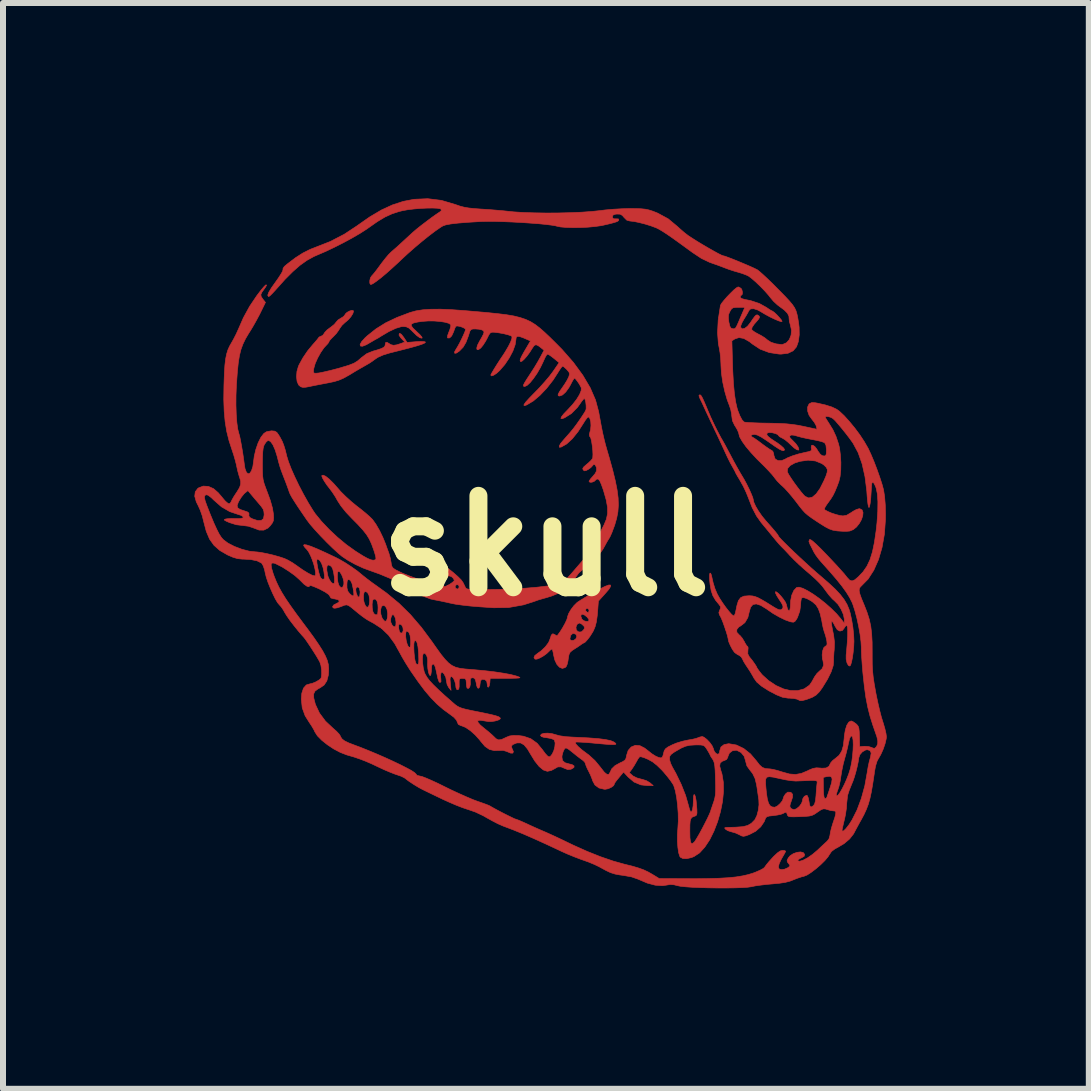
<source format=kicad_pcb>
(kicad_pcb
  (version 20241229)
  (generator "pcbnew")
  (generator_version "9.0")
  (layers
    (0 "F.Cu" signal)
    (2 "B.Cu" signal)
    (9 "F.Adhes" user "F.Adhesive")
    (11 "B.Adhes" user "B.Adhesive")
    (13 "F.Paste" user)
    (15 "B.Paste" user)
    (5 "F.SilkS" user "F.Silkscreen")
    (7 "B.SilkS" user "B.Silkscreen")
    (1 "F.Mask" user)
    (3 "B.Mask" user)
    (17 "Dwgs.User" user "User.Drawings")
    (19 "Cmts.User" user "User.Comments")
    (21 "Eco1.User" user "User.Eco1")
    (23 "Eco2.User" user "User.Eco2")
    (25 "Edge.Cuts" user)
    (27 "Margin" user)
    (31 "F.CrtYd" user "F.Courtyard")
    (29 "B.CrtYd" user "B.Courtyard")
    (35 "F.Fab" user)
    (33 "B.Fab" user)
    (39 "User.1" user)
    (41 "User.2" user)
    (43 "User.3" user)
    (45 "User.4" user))
  (footprint "skull"
    (layer "F.Cu")
    (at 6.05 6.05)
    (property "Reference" "skull" (at 0 0 180) (layer "F.SilkS") (effects (font (size 1.524 1.524) (thickness 0.3))))
    (attr through_hole)
    (fp_poly (pts (xy -3.274 -3.915) (xy -3.316 -3.892) (xy -3.344 -3.865) (xy -3.347 -3.857) (xy -3.373 -3.824) (xy -3.415 -3.798) (xy -3.465 -3.766) (xy -3.496 -3.731) (xy -3.527 -3.693) (xy -3.578 -3.652) (xy -3.596 -3.639) (xy -3.649 -3.599) (xy -3.688 -3.557) (xy -3.695 -3.544) (xy -3.721 -3.509) (xy -3.746 -3.497) (xy -3.78 -3.482) (xy -3.791 -3.468) (xy -3.814 -3.438) (xy -3.854 -3.391) (xy -3.888 -3.353) (xy -3.973 -3.25) (xy -4.052 -3.133) (xy -4.115 -3.018) (xy -4.126 -2.993) (xy -4.15 -2.909) (xy -4.157 -2.821) (xy -4.148 -2.742) (xy -4.123 -2.685) (xy -4.117 -2.678) (xy -4.087 -2.653) (xy -4.053 -2.643) (xy -4.004 -2.645) (xy -3.928 -2.659) (xy -3.927 -2.66) (xy -3.873 -2.671) (xy -3.792 -2.687) (xy -3.698 -2.705) (xy -3.64 -2.716) (xy -3.534 -2.738) (xy -3.453 -2.762) (xy -3.38 -2.793) (xy -3.3 -2.837) (xy -3.27 -2.854) (xy -3.185 -2.906) (xy -3.098 -2.957) (xy -3.026 -2.998) (xy -3.008 -3.008) (xy -2.944 -3.045) (xy -2.89 -3.081) (xy -2.868 -3.098) (xy -2.802 -3.143) (xy -2.715 -3.182) (xy -2.597 -3.218) (xy -2.568 -3.225) (xy -2.39 -3.27) (xy -2.248 -3.307) (xy -2.142 -3.337) (xy -2.068 -3.361) (xy -2.024 -3.38) (xy -2.008 -3.395) (xy -2.009 -3.399) (xy -2.033 -3.406) (xy -2.086 -3.408) (xy -2.157 -3.405) (xy -2.167 -3.404) (xy -2.314 -3.392) (xy -2.369 -3.475) (xy -2.409 -3.527) (xy -2.436 -3.543) (xy -2.445 -3.538) (xy -2.448 -3.512) (xy -2.419 -3.469) (xy -2.409 -3.458) (xy -2.352 -3.399) (xy -2.406 -3.378) (xy -2.485 -3.352) (xy -2.54 -3.344) (xy -2.582 -3.354) (xy -2.601 -3.365) (xy -2.647 -3.393) (xy -2.671 -3.391) (xy -2.678 -3.359) (xy -2.678 -3.357) (xy -2.684 -3.331) (xy -2.705 -3.309) (xy -2.749 -3.288) (xy -2.821 -3.264) (xy -2.882 -3.247) (xy -2.986 -3.205) (xy -3.076 -3.138) (xy -3.084 -3.13) (xy -3.14 -3.082) (xy -3.2 -3.045) (xy -3.279 -3.014) (xy -3.339 -2.995) (xy -3.469 -2.957) (xy -3.591 -2.925) (xy -3.698 -2.9) (xy -3.782 -2.883) (xy -3.835 -2.878) (xy -3.864 -2.881) (xy -3.875 -2.897) (xy -3.872 -2.938) (xy -3.868 -2.963) (xy -3.846 -3.04) (xy -3.805 -3.132) (xy -3.754 -3.224) (xy -3.7 -3.302) (xy -3.669 -3.336) (xy -3.634 -3.373) (xy -3.617 -3.401) (xy -3.617 -3.404) (xy -3.603 -3.427) (xy -3.568 -3.465) (xy -3.547 -3.485) (xy -3.494 -3.54) (xy -3.45 -3.601) (xy -3.442 -3.617) (xy -3.401 -3.675) (xy -3.347 -3.726) (xy -3.337 -3.733) (xy -3.291 -3.773) (xy -3.249 -3.823) (xy -3.218 -3.873) (xy -3.207 -3.911) (xy -3.21 -3.921) (xy -3.234 -3.927) (xy -3.274 -3.915)) (stroke (width 0.01) (type solid)) (fill yes) (layer "F.Cu"))
    (fp_poly (pts (xy 0.989 0.673) (xy 0.897 0.719) (xy 0.774 0.788) (xy 0.729 0.813) (xy 0.651 0.86) (xy 0.584 0.901) (xy 0.536 0.932) (xy 0.519 0.944) (xy 0.467 0.996) (xy 0.418 1.061) (xy 0.38 1.126) (xy 0.361 1.179) (xy 0.36 1.19) (xy 0.349 1.228) (xy 0.321 1.288) (xy 0.282 1.359) (xy 0.238 1.429) (xy 0.195 1.488) (xy 0.188 1.497) (xy 0.169 1.492) (xy 0.151 1.48) (xy 0.116 1.464) (xy 0.09 1.486) (xy 0.072 1.544) (xy 0.045 1.61) (xy -0.009 1.682) (xy -0.079 1.749) (xy -0.135 1.789) (xy -0.185 1.828) (xy -0.199 1.863) (xy -0.181 1.888) (xy -0.149 1.887) (xy -0.099 1.867) (xy -0.041 1.834) (xy 0.014 1.794) (xy 0.038 1.771) (xy 0.074 1.736) (xy 0.099 1.719) (xy 0.101 1.719) (xy 0.111 1.736) (xy 0.122 1.782) (xy 0.127 1.814) (xy 0.149 1.904) (xy 0.183 1.975) (xy 0.226 2.022) (xy 0.273 2.042) (xy 0.319 2.029) (xy 0.338 2.011) (xy 0.354 1.975) (xy 0.368 1.917) (xy 0.373 1.878) (xy 0.384 1.815) (xy 0.402 1.775) (xy 0.438 1.743) (xy 0.478 1.717) (xy 0.534 1.681) (xy 0.578 1.651) (xy 0.594 1.639) (xy 0.622 1.621) (xy 0.63 1.619) (xy 0.656 1.603) (xy 0.694 1.561) (xy 0.733 1.51) (xy 0.515 1.51) (xy 0.499 1.549) (xy 0.465 1.573) (xy 0.428 1.577) (xy 0.403 1.563) (xy 0.4 1.55) (xy 0.412 1.493) (xy 0.444 1.462) (xy 0.462 1.459) (xy 0.501 1.474) (xy 0.515 1.51) (xy 0.733 1.51) (xy 0.737 1.504) (xy 0.778 1.439) (xy 0.794 1.41) (xy 0.81 1.371) (xy 0.645 1.371) (xy 0.625 1.403) (xy 0.591 1.433) (xy 0.557 1.435) (xy 0.531 1.427) (xy 0.506 1.399) (xy 0.501 1.354) (xy 0.518 1.311) (xy 0.53 1.299) (xy 0.561 1.285) (xy 0.595 1.302) (xy 0.636 1.34) (xy 0.645 1.371) (xy 0.81 1.371) (xy 0.822 1.342) (xy 0.842 1.263) (xy 0.845 1.239) (xy 0.719 1.239) (xy 0.704 1.257) (xy 0.669 1.259) (xy 0.63 1.246) (xy 0.602 1.223) (xy 0.6 1.22) (xy 0.581 1.169) (xy 0.592 1.142) (xy 0.61 1.139) (xy 0.645 1.153) (xy 0.685 1.185) (xy 0.714 1.222) (xy 0.719 1.239) (xy 0.845 1.239) (xy 0.856 1.161) (xy 0.86 1.115) (xy 0.863 1.079) (xy 0.719 1.079) (xy 0.71 1.107) (xy 0.689 1.106) (xy 0.663 1.081) (xy 0.659 1.067) (xy 0.676 1.042) (xy 0.689 1.039) (xy 0.714 1.056) (xy 0.719 1.079) (xy 0.863 1.079) (xy 0.875 0.92) (xy 0.987 0.796) (xy 1.048 0.725) (xy 1.078 0.677) (xy 1.079 0.653) (xy 1.05 0.651) (xy 0.989 0.673)) (stroke (width 0.01) (type solid)) (fill yes) (layer "F.Cu"))
    (fp_poly (pts (xy 2.551 -2.507) (xy 2.561 -2.472) (xy 2.575 -2.443) (xy 2.609 -2.373) (xy 2.643 -2.298) (xy 2.648 -2.288) (xy 2.669 -2.241) (xy 2.704 -2.167) (xy 2.747 -2.075) (xy 2.795 -1.975) (xy 2.807 -1.948) (xy 2.858 -1.842) (xy 2.908 -1.735) (xy 2.952 -1.64) (xy 2.985 -1.568) (xy 2.989 -1.559) (xy 3.028 -1.475) (xy 3.071 -1.389) (xy 3.102 -1.333) (xy 3.132 -1.279) (xy 3.153 -1.24) (xy 3.158 -1.229) (xy 3.167 -1.209) (xy 3.193 -1.163) (xy 3.23 -1.102) (xy 3.24 -1.084) (xy 3.29 -0.995) (xy 3.338 -0.893) (xy 3.372 -0.809) (xy 3.439 -0.637) (xy 3.511 -0.499) (xy 3.591 -0.386) (xy 3.594 -0.383) (xy 3.642 -0.325) (xy 3.704 -0.25) (xy 3.767 -0.173) (xy 3.78 -0.157) (xy 3.835 -0.09) (xy 3.885 -0.032) (xy 3.922 0.008) (xy 3.93 0.016) (xy 3.962 0.048) (xy 4.01 0.098) (xy 4.064 0.157) (xy 4.067 0.16) (xy 4.134 0.229) (xy 4.215 0.307) (xy 4.293 0.377) (xy 4.296 0.38) (xy 4.407 0.475) (xy 4.492 0.551) (xy 4.557 0.615) (xy 4.608 0.672) (xy 4.65 0.728) (xy 4.668 0.753) (xy 4.719 0.82) (xy 4.775 0.883) (xy 4.81 0.914) (xy 4.869 0.974) (xy 4.921 1.056) (xy 4.959 1.144) (xy 4.975 1.222) (xy 4.975 1.229) (xy 4.974 1.289) (xy 4.92 1.219) (xy 4.846 1.132) (xy 4.757 1.044) (xy 4.659 0.957) (xy 4.557 0.876) (xy 4.457 0.805) (xy 4.364 0.748) (xy 4.283 0.707) (xy 4.22 0.688) (xy 4.18 0.693) (xy 4.133 0.743) (xy 4.098 0.821) (xy 4.079 0.917) (xy 4.077 0.964) (xy 4.074 1.028) (xy 4.065 1.069) (xy 4.056 1.079) (xy 4.04 1.073) (xy 4.027 1.05) (xy 4.014 1) (xy 4.009 0.977) (xy 3.992 0.937) (xy 3.959 0.888) (xy 3.918 0.837) (xy 3.877 0.793) (xy 3.843 0.767) (xy 3.826 0.764) (xy 3.828 0.787) (xy 3.85 0.832) (xy 3.884 0.886) (xy 3.928 0.953) (xy 3.95 0.998) (xy 3.952 1.027) (xy 3.937 1.051) (xy 3.928 1.058) (xy 3.906 1.067) (xy 3.873 1.06) (xy 3.822 1.033) (xy 3.777 1.006) (xy 3.672 0.94) (xy 3.593 0.894) (xy 3.533 0.862) (xy 3.485 0.844) (xy 3.443 0.834) (xy 3.398 0.831) (xy 3.383 0.831) (xy 3.303 0.837) (xy 3.247 0.862) (xy 3.209 0.912) (xy 3.184 0.994) (xy 3.174 1.044) (xy 3.158 1.12) (xy 3.142 1.159) (xy 3.127 1.166) (xy 3.096 1.142) (xy 3.052 1.092) (xy 2.999 1.025) (xy 2.945 0.949) (xy 2.895 0.872) (xy 2.856 0.802) (xy 2.855 0.8) (xy 2.818 0.713) (xy 2.788 0.616) (xy 2.775 0.56) (xy 2.759 0.488) (xy 2.745 0.454) (xy 2.734 0.454) (xy 2.728 0.484) (xy 2.728 0.544) (xy 2.735 0.628) (xy 2.736 0.638) (xy 2.755 0.746) (xy 2.783 0.829) (xy 2.827 0.904) (xy 2.884 0.974) (xy 2.911 1.011) (xy 2.91 1.044) (xy 2.898 1.068) (xy 2.883 1.111) (xy 2.893 1.149) (xy 2.903 1.165) (xy 2.924 1.206) (xy 2.95 1.27) (xy 2.978 1.348) (xy 3.005 1.428) (xy 3.026 1.497) (xy 3.037 1.545) (xy 3.038 1.554) (xy 3.048 1.598) (xy 3.074 1.659) (xy 3.107 1.722) (xy 3.14 1.77) (xy 3.151 1.781) (xy 3.195 1.812) (xy 3.223 1.825) (xy 3.257 1.852) (xy 3.277 1.886) (xy 3.298 1.93) (xy 3.335 1.989) (xy 3.364 2.032) (xy 3.409 2.101) (xy 3.45 2.171) (xy 3.468 2.204) (xy 3.514 2.269) (xy 3.595 2.338) (xy 3.712 2.413) (xy 3.841 2.481) (xy 3.942 2.522) (xy 4.039 2.538) (xy 4.061 2.538) (xy 4.13 2.543) (xy 4.187 2.555) (xy 4.207 2.565) (xy 4.238 2.579) (xy 4.275 2.578) (xy 4.334 2.563) (xy 4.347 2.559) (xy 4.438 2.525) (xy 4.504 2.486) (xy 4.559 2.431) (xy 4.608 2.363) (xy 4.694 2.223) (xy 4.755 2.099) (xy 4.789 1.996) (xy 4.795 1.933) (xy 4.796 1.864) (xy 4.801 1.779) (xy 4.806 1.729) (xy 4.809 1.638) (xy 4.687 1.638) (xy 4.677 1.663) (xy 4.658 1.672) (xy 4.631 1.698) (xy 4.613 1.75) (xy 4.605 1.815) (xy 4.609 1.881) (xy 4.618 1.912) (xy 4.63 1.986) (xy 4.605 2.047) (xy 4.562 2.085) (xy 4.518 2.127) (xy 4.476 2.186) (xy 4.466 2.205) (xy 4.433 2.265) (xy 4.399 2.314) (xy 4.39 2.324) (xy 4.305 2.383) (xy 4.198 2.412) (xy 4.077 2.411) (xy 3.965 2.385) (xy 3.837 2.328) (xy 3.713 2.246) (xy 3.609 2.152) (xy 3.589 2.129) (xy 3.55 2.079) (xy 3.524 2.042) (xy 3.517 2.029) (xy 3.506 2.005) (xy 3.477 1.961) (xy 3.44 1.909) (xy 3.4 1.86) (xy 3.391 1.849) (xy 3.365 1.8) (xy 3.367 1.744) (xy 3.371 1.7) (xy 3.365 1.679) (xy 3.363 1.678) (xy 3.346 1.662) (xy 3.32 1.62) (xy 3.308 1.596) (xy 3.273 1.538) (xy 3.235 1.493) (xy 3.223 1.484) (xy 3.183 1.441) (xy 3.181 1.395) (xy 3.215 1.352) (xy 3.247 1.333) (xy 3.317 1.279) (xy 3.366 1.195) (xy 3.389 1.102) (xy 3.412 1.022) (xy 3.451 0.977) (xy 3.507 0.967) (xy 3.581 0.991) (xy 3.675 1.049) (xy 3.694 1.062) (xy 3.786 1.126) (xy 3.889 1.185) (xy 3.987 1.233) (xy 4.07 1.263) (xy 4.087 1.267) (xy 4.125 1.272) (xy 4.151 1.259) (xy 4.178 1.222) (xy 4.193 1.195) (xy 4.232 1.087) (xy 4.245 0.994) (xy 4.249 0.93) (xy 4.257 0.883) (xy 4.262 0.867) (xy 4.295 0.861) (xy 4.349 0.878) (xy 4.417 0.914) (xy 4.451 0.938) (xy 4.502 0.984) (xy 4.541 1.046) (xy 4.572 1.13) (xy 4.598 1.243) (xy 4.607 1.297) (xy 4.622 1.368) (xy 4.641 1.435) (xy 4.646 1.447) (xy 4.666 1.511) (xy 4.682 1.581) (xy 4.683 1.586) (xy 4.687 1.638) (xy 4.809 1.638) (xy 4.81 1.604) (xy 4.796 1.489) (xy 4.776 1.391) (xy 4.764 1.325) (xy 4.759 1.286) (xy 4.76 1.266) (xy 4.766 1.259) (xy 4.769 1.259) (xy 4.787 1.276) (xy 4.81 1.318) (xy 4.82 1.339) (xy 4.857 1.397) (xy 4.901 1.42) (xy 4.944 1.408) (xy 4.979 1.362) (xy 4.982 1.353) (xy 5.003 1.329) (xy 5.018 1.33) (xy 5.028 1.357) (xy 5.031 1.417) (xy 5.03 1.506) (xy 5.023 1.619) (xy 5.012 1.749) (xy 5.005 1.819) (xy 5.005 1.889) (xy 5.019 1.95) (xy 5.042 1.992) (xy 5.066 2.003) (xy 5.08 1.985) (xy 5.095 1.934) (xy 5.11 1.861) (xy 5.122 1.774) (xy 5.131 1.681) (xy 5.135 1.591) (xy 5.135 1.589) (xy 5.13 1.481) (xy 5.117 1.356) (xy 5.096 1.23) (xy 5.072 1.119) (xy 5.054 1.059) (xy 5.019 0.975) (xy 4.971 0.894) (xy 4.907 0.811) (xy 4.822 0.72) (xy 4.712 0.618) (xy 4.578 0.502) (xy 4.502 0.437) (xy 4.415 0.36) (xy 4.322 0.275) (xy 4.227 0.187) (xy 4.134 0.1) (xy 4.05 0.019) (xy 3.977 -0.053) (xy 3.921 -0.11) (xy 3.886 -0.149) (xy 3.877 -0.163) (xy 3.866 -0.184) (xy 3.831 -0.229) (xy 3.772 -0.299) (xy 3.687 -0.395) (xy 3.663 -0.422) (xy 3.6 -0.499) (xy 3.542 -0.583) (xy 3.495 -0.663) (xy 3.465 -0.73) (xy 3.457 -0.769) (xy 3.448 -0.806) (xy 3.423 -0.868) (xy 3.388 -0.946) (xy 3.346 -1.031) (xy 3.302 -1.112) (xy 3.268 -1.169) (xy 3.234 -1.226) (xy 3.188 -1.307) (xy 3.135 -1.403) (xy 3.082 -1.503) (xy 3.079 -1.509) (xy 3.031 -1.599) (xy 2.99 -1.676) (xy 2.958 -1.734) (xy 2.94 -1.766) (xy 2.938 -1.769) (xy 2.921 -1.798) (xy 2.891 -1.854) (xy 2.854 -1.925) (xy 2.816 -2.001) (xy 2.781 -2.074) (xy 2.755 -2.131) (xy 2.751 -2.138) (xy 2.725 -2.199) (xy 2.693 -2.274) (xy 2.679 -2.308) (xy 2.64 -2.399) (xy 2.613 -2.459) (xy 2.594 -2.494) (xy 2.581 -2.512) (xy 2.569 -2.518) (xy 2.563 -2.518) (xy 2.551 -2.507)) (stroke (width 0.01) (type solid)) (fill yes) (layer "F.Cu"))
    (fp_poly (pts (xy -2.197 -5.778) (xy -2.198 -5.778) (xy -2.379 -5.743) (xy -2.559 -5.684) (xy -2.743 -5.599) (xy -2.937 -5.484) (xy -3.146 -5.338) (xy -3.148 -5.336) (xy -3.36 -5.196) (xy -3.593 -5.075) (xy -3.797 -4.995) (xy -3.93 -4.943) (xy -4.053 -4.881) (xy -4.175 -4.803) (xy -4.309 -4.701) (xy -4.36 -4.658) (xy -4.382 -4.625) (xy -4.383 -4.604) (xy -4.39 -4.578) (xy -4.418 -4.529) (xy -4.461 -4.463) (xy -4.504 -4.402) (xy -4.575 -4.302) (xy -4.62 -4.227) (xy -4.637 -4.179) (xy -4.626 -4.158) (xy -4.619 -4.157) (xy -4.599 -4.171) (xy -4.561 -4.208) (xy -4.511 -4.262) (xy -4.494 -4.281) (xy -4.349 -4.443) (xy -4.219 -4.573) (xy -4.099 -4.678) (xy -3.984 -4.76) (xy -3.868 -4.824) (xy -3.797 -4.855) (xy -3.669 -4.91) (xy -3.526 -4.978) (xy -3.378 -5.053) (xy -3.234 -5.131) (xy -3.103 -5.207) (xy -2.995 -5.276) (xy -2.951 -5.307) (xy -2.808 -5.407) (xy -2.683 -5.482) (xy -2.565 -5.536) (xy -2.445 -5.575) (xy -2.386 -5.589) (xy -2.298 -5.605) (xy -2.196 -5.617) (xy -2.088 -5.626) (xy -1.982 -5.631) (xy -1.888 -5.632) (xy -1.812 -5.629) (xy -1.763 -5.621) (xy -1.751 -5.615) (xy -1.742 -5.591) (xy -1.766 -5.569) (xy -1.823 -5.531) (xy -1.901 -5.476) (xy -1.989 -5.41) (xy -2.077 -5.343) (xy -2.155 -5.281) (xy -2.212 -5.232) (xy -2.217 -5.228) (xy -2.28 -5.17) (xy -2.354 -5.102) (xy -2.417 -5.044) (xy -2.48 -4.986) (xy -2.541 -4.933) (xy -2.585 -4.894) (xy -2.585 -4.894) (xy -2.622 -4.857) (xy -2.673 -4.797) (xy -2.73 -4.724) (xy -2.759 -4.685) (xy -2.812 -4.613) (xy -2.859 -4.552) (xy -2.895 -4.51) (xy -2.907 -4.497) (xy -2.926 -4.466) (xy -2.936 -4.422) (xy -2.936 -4.38) (xy -2.923 -4.358) (xy -2.918 -4.357) (xy -2.886 -4.37) (xy -2.83 -4.408) (xy -2.754 -4.466) (xy -2.663 -4.542) (xy -2.563 -4.631) (xy -2.456 -4.729) (xy -2.408 -4.775) (xy -2.301 -4.874) (xy -2.184 -4.977) (xy -2.064 -5.078) (xy -1.947 -5.172) (xy -1.841 -5.252) (xy -1.753 -5.313) (xy -1.718 -5.334) (xy -1.67 -5.351) (xy -1.585 -5.367) (xy -1.464 -5.381) (xy -1.305 -5.394) (xy -1.107 -5.406) (xy -1.059 -5.408) (xy -0.964 -5.41) (xy -0.844 -5.409) (xy -0.708 -5.405) (xy -0.561 -5.399) (xy -0.411 -5.391) (xy -0.264 -5.381) (xy -0.126 -5.371) (xy -0.005 -5.359) (xy 0.092 -5.347) (xy 0.16 -5.336) (xy 0.18 -5.33) (xy 0.243 -5.317) (xy 0.336 -5.309) (xy 0.45 -5.306) (xy 0.575 -5.307) (xy 0.701 -5.313) (xy 0.819 -5.324) (xy 0.919 -5.338) (xy 0.949 -5.344) (xy 1.054 -5.368) (xy 1.126 -5.387) (xy 1.172 -5.401) (xy 1.198 -5.413) (xy 1.211 -5.425) (xy 1.215 -5.434) (xy 1.208 -5.451) (xy 1.166 -5.452) (xy 1.125 -5.453) (xy 1.11 -5.473) (xy 1.109 -5.486) (xy 1.118 -5.514) (xy 1.151 -5.528) (xy 1.183 -5.532) (xy 1.237 -5.53) (xy 1.275 -5.508) (xy 1.301 -5.477) (xy 1.348 -5.43) (xy 1.403 -5.415) (xy 1.408 -5.415) (xy 1.47 -5.408) (xy 1.556 -5.39) (xy 1.654 -5.365) (xy 1.751 -5.335) (xy 1.834 -5.304) (xy 1.848 -5.298) (xy 1.889 -5.277) (xy 1.943 -5.245) (xy 2.014 -5.199) (xy 2.104 -5.137) (xy 2.217 -5.056) (xy 2.357 -4.954) (xy 2.445 -4.89) (xy 2.591 -4.793) (xy 2.729 -4.727) (xy 2.785 -4.707) (xy 2.855 -4.683) (xy 2.935 -4.653) (xy 2.968 -4.64) (xy 3.043 -4.612) (xy 3.134 -4.582) (xy 3.197 -4.564) (xy 3.273 -4.541) (xy 3.339 -4.516) (xy 3.377 -4.498) (xy 3.43 -4.459) (xy 3.499 -4.399) (xy 3.574 -4.327) (xy 3.647 -4.252) (xy 3.708 -4.183) (xy 3.74 -4.142) (xy 3.793 -4.079) (xy 3.86 -4.017) (xy 3.888 -3.996) (xy 3.974 -3.932) (xy 4.027 -3.878) (xy 4.051 -3.829) (xy 4.053 -3.797) (xy 4.058 -3.743) (xy 4.075 -3.682) (xy 4.075 -3.681) (xy 4.094 -3.597) (xy 4.087 -3.514) (xy 4.058 -3.44) (xy 4.01 -3.386) (xy 3.947 -3.359) (xy 3.928 -3.357) (xy 3.837 -3.368) (xy 3.753 -3.394) (xy 3.692 -3.433) (xy 3.686 -3.439) (xy 3.646 -3.471) (xy 3.586 -3.508) (xy 3.545 -3.529) (xy 3.486 -3.561) (xy 3.443 -3.592) (xy 3.43 -3.608) (xy 3.436 -3.642) (xy 3.47 -3.693) (xy 3.498 -3.725) (xy 3.541 -3.775) (xy 3.56 -3.806) (xy 3.558 -3.826) (xy 3.547 -3.838) (xy 3.525 -3.851) (xy 3.505 -3.848) (xy 3.481 -3.825) (xy 3.445 -3.776) (xy 3.411 -3.725) (xy 3.361 -3.662) (xy 3.313 -3.626) (xy 3.273 -3.618) (xy 3.247 -3.642) (xy 3.246 -3.644) (xy 3.25 -3.676) (xy 3.272 -3.728) (xy 3.302 -3.781) (xy 3.34 -3.842) (xy 3.37 -3.895) (xy 3.383 -3.922) (xy 3.412 -3.951) (xy 3.465 -3.954) (xy 3.532 -3.932) (xy 3.574 -3.909) (xy 3.654 -3.861) (xy 3.735 -3.817) (xy 3.812 -3.78) (xy 3.876 -3.753) (xy 3.92 -3.739) (xy 3.937 -3.742) (xy 3.937 -3.743) (xy 3.924 -3.768) (xy 3.89 -3.808) (xy 3.848 -3.854) (xy 3.806 -3.893) (xy 3.775 -3.915) (xy 3.769 -3.917) (xy 3.747 -3.928) (xy 3.705 -3.955) (xy 3.675 -3.976) (xy 3.673 -3.977) (xy 3.316 -3.977) (xy 3.246 -3.815) (xy 3.209 -3.727) (xy 3.183 -3.67) (xy 3.164 -3.636) (xy 3.148 -3.622) (xy 3.13 -3.619) (xy 3.111 -3.621) (xy 3.084 -3.632) (xy 3.066 -3.662) (xy 3.052 -3.721) (xy 3.049 -3.735) (xy 3.041 -3.806) (xy 3.045 -3.857) (xy 3.066 -3.906) (xy 3.068 -3.909) (xy 3.092 -3.949) (xy 3.119 -3.969) (xy 3.162 -3.976) (xy 3.21 -3.977) (xy 3.316 -3.977) (xy 3.673 -3.977) (xy 3.558 -4.041) (xy 3.413 -4.089) (xy 3.322 -4.107) (xy 3.263 -4.123) (xy 3.238 -4.144) (xy 3.237 -4.148) (xy 3.249 -4.174) (xy 3.257 -4.177) (xy 3.273 -4.193) (xy 3.276 -4.23) (xy 3.267 -4.27) (xy 3.253 -4.293) (xy 3.218 -4.314) (xy 3.203 -4.317) (xy 3.176 -4.302) (xy 3.131 -4.265) (xy 3.077 -4.212) (xy 3.02 -4.153) (xy 2.968 -4.093) (xy 2.928 -4.043) (xy 2.909 -4.009) (xy 2.909 -4.007) (xy 2.872 -3.766) (xy 2.861 -3.553) (xy 2.875 -3.37) (xy 2.89 -3.295) (xy 2.903 -3.218) (xy 2.913 -3.122) (xy 2.918 -3.024) (xy 2.918 -3.011) (xy 2.926 -2.879) (xy 2.948 -2.728) (xy 2.982 -2.574) (xy 3.023 -2.433) (xy 3.056 -2.347) (xy 3.081 -2.272) (xy 3.096 -2.193) (xy 3.098 -2.167) (xy 3.109 -2.087) (xy 3.146 -2.009) (xy 3.158 -1.992) (xy 3.192 -1.934) (xy 3.213 -1.884) (xy 3.217 -1.864) (xy 3.232 -1.813) (xy 3.273 -1.741) (xy 3.336 -1.653) (xy 3.419 -1.555) (xy 3.515 -1.451) (xy 3.566 -1.401) (xy 3.643 -1.325) (xy 3.714 -1.251) (xy 3.771 -1.188) (xy 3.807 -1.143) (xy 3.809 -1.139) (xy 3.857 -1.079) (xy 3.917 -1.019) (xy 3.938 -1.001) (xy 3.982 -0.959) (xy 4.041 -0.894) (xy 4.107 -0.816) (xy 4.164 -0.744) (xy 4.226 -0.662) (xy 4.276 -0.6) (xy 4.32 -0.552) (xy 4.369 -0.51) (xy 4.429 -0.466) (xy 4.509 -0.412) (xy 4.572 -0.371) (xy 4.657 -0.318) (xy 4.722 -0.284) (xy 4.78 -0.263) (xy 4.843 -0.252) (xy 4.867 -0.249) (xy 4.947 -0.244) (xy 5.022 -0.244) (xy 5.065 -0.248) (xy 5.124 -0.272) (xy 5.178 -0.316) (xy 5.224 -0.374) (xy 5.26 -0.438) (xy 5.281 -0.502) (xy 5.286 -0.557) (xy 5.271 -0.599) (xy 5.234 -0.619) (xy 5.221 -0.62) (xy 5.176 -0.607) (xy 5.12 -0.577) (xy 5.096 -0.56) (xy 5.012 -0.51) (xy 4.952 -0.5) (xy 4.901 -0.506) (xy 4.833 -0.524) (xy 4.762 -0.547) (xy 4.699 -0.574) (xy 4.655 -0.598) (xy 4.642 -0.612) (xy 4.65 -0.638) (xy 4.677 -0.683) (xy 4.712 -0.731) (xy 4.752 -0.787) (xy 4.786 -0.842) (xy 4.818 -0.907) (xy 4.853 -0.992) (xy 4.884 -1.075) (xy 4.904 -1.158) (xy 4.915 -1.267) (xy 4.915 -1.274) (xy 4.691 -1.274) (xy 4.689 -1.229) (xy 4.669 -1.166) (xy 4.636 -1.089) (xy 4.57 -0.958) (xy 4.505 -0.867) (xy 4.442 -0.813) (xy 4.381 -0.799) (xy 4.323 -0.825) (xy 4.302 -0.844) (xy 4.254 -0.9) (xy 4.199 -0.971) (xy 4.142 -1.048) (xy 4.091 -1.122) (xy 4.05 -1.185) (xy 4.027 -1.228) (xy 4.024 -1.236) (xy 4.029 -1.29) (xy 4.071 -1.339) (xy 4.148 -1.382) (xy 4.236 -1.41) (xy 4.37 -1.429) (xy 4.493 -1.416) (xy 4.599 -1.373) (xy 4.637 -1.346) (xy 4.673 -1.31) (xy 4.691 -1.274) (xy 4.915 -1.274) (xy 4.917 -1.391) (xy 4.909 -1.517) (xy 4.899 -1.596) (xy 4.676 -1.596) (xy 4.674 -1.537) (xy 4.665 -1.508) (xy 4.644 -1.499) (xy 4.637 -1.499) (xy 4.604 -1.505) (xy 4.573 -1.529) (xy 4.537 -1.578) (xy 4.516 -1.614) (xy 4.481 -1.658) (xy 4.448 -1.679) (xy 4.426 -1.673) (xy 4.422 -1.64) (xy 4.424 -1.63) (xy 4.428 -1.602) (xy 4.417 -1.585) (xy 4.382 -1.572) (xy 4.322 -1.559) (xy 4.211 -1.533) (xy 4.109 -1.501) (xy 4.025 -1.467) (xy 3.987 -1.446) (xy 3.93 -1.422) (xy 3.871 -1.422) (xy 3.827 -1.445) (xy 3.818 -1.458) (xy 3.8 -1.51) (xy 3.797 -1.538) (xy 3.782 -1.578) (xy 3.762 -1.593) (xy 3.73 -1.611) (xy 3.677 -1.647) (xy 3.613 -1.693) (xy 3.598 -1.705) (xy 3.535 -1.752) (xy 3.481 -1.79) (xy 3.447 -1.811) (xy 3.443 -1.813) (xy 3.418 -1.831) (xy 3.427 -1.849) (xy 3.466 -1.858) (xy 3.478 -1.859) (xy 3.524 -1.848) (xy 3.589 -1.815) (xy 3.677 -1.758) (xy 3.716 -1.731) (xy 3.817 -1.66) (xy 3.89 -1.613) (xy 3.939 -1.59) (xy 3.967 -1.587) (xy 3.977 -1.604) (xy 3.977 -1.608) (xy 3.961 -1.633) (xy 3.919 -1.671) (xy 3.859 -1.716) (xy 3.838 -1.729) (xy 3.758 -1.782) (xy 3.709 -1.82) (xy 3.685 -1.847) (xy 3.683 -1.868) (xy 3.694 -1.884) (xy 3.723 -1.891) (xy 3.771 -1.887) (xy 3.823 -1.874) (xy 3.863 -1.857) (xy 3.877 -1.84) (xy 3.893 -1.822) (xy 3.933 -1.8) (xy 3.937 -1.799) (xy 3.984 -1.771) (xy 4.041 -1.724) (xy 4.081 -1.686) (xy 4.137 -1.634) (xy 4.182 -1.604) (xy 4.21 -1.597) (xy 4.217 -1.61) (xy 4.203 -1.65) (xy 4.167 -1.702) (xy 4.118 -1.753) (xy 4.109 -1.762) (xy 4.07 -1.801) (xy 4.063 -1.828) (xy 4.069 -1.838) (xy 4.095 -1.849) (xy 4.14 -1.844) (xy 4.189 -1.83) (xy 4.257 -1.811) (xy 4.347 -1.791) (xy 4.44 -1.773) (xy 4.452 -1.771) (xy 4.532 -1.755) (xy 4.599 -1.738) (xy 4.641 -1.722) (xy 4.647 -1.718) (xy 4.668 -1.678) (xy 4.676 -1.607) (xy 4.676 -1.596) (xy 4.899 -1.596) (xy 4.894 -1.633) (xy 4.878 -1.699) (xy 4.835 -1.827) (xy 4.784 -1.937) (xy 4.715 -2.049) (xy 4.713 -2.052) (xy 4.681 -2.102) (xy 4.66 -2.137) (xy 4.656 -2.147) (xy 4.672 -2.159) (xy 4.709 -2.156) (xy 4.754 -2.141) (xy 4.786 -2.122) (xy 4.822 -2.088) (xy 4.873 -2.029) (xy 4.935 -1.955) (xy 5 -1.874) (xy 5.062 -1.793) (xy 5.113 -1.722) (xy 5.122 -1.708) (xy 5.205 -1.554) (xy 5.271 -1.367) (xy 5.319 -1.153) (xy 5.349 -0.915) (xy 5.353 -0.854) (xy 5.36 -0.764) (xy 5.369 -0.693) (xy 5.379 -0.65) (xy 5.386 -0.639) (xy 5.395 -0.658) (xy 5.405 -0.708) (xy 5.414 -0.783) (xy 5.418 -0.844) (xy 5.424 -0.939) (xy 5.428 -1.001) (xy 5.432 -1.037) (xy 5.437 -1.054) (xy 5.443 -1.059) (xy 5.453 -1.059) (xy 5.454 -1.059) (xy 5.47 -1.042) (xy 5.492 -0.998) (xy 5.504 -0.966) (xy 5.525 -0.869) (xy 5.534 -0.738) (xy 5.532 -0.576) (xy 5.519 -0.386) (xy 5.504 -0.25) (xy 5.476 -0.058) (xy 5.443 0.1) (xy 5.402 0.231) (xy 5.351 0.339) (xy 5.287 0.432) (xy 5.209 0.514) (xy 5.208 0.515) (xy 5.148 0.566) (xy 5.103 0.584) (xy 5.063 0.571) (xy 5.019 0.524) (xy 5.001 0.501) (xy 4.97 0.462) (xy 4.916 0.402) (xy 4.846 0.324) (xy 4.764 0.237) (xy 4.681 0.149) (xy 4.581 0.046) (xy 4.504 -0.029) (xy 4.449 -0.078) (xy 4.414 -0.103) (xy 4.395 -0.106) (xy 4.394 -0.105) (xy 4.384 -0.076) (xy 4.401 -0.029) (xy 4.402 -0.027) (xy 4.432 0.031) (xy 4.464 0.096) (xy 4.467 0.102) (xy 4.5 0.155) (xy 4.549 0.221) (xy 4.592 0.271) (xy 4.732 0.428) (xy 4.847 0.561) (xy 4.938 0.675) (xy 5.009 0.774) (xy 5.063 0.862) (xy 5.104 0.943) (xy 5.118 0.979) (xy 5.151 1.081) (xy 5.184 1.206) (xy 5.213 1.341) (xy 5.237 1.475) (xy 5.252 1.595) (xy 5.258 1.689) (xy 5.258 1.689) (xy 5.259 1.76) (xy 5.264 1.859) (xy 5.272 1.975) (xy 5.282 2.097) (xy 5.286 2.138) (xy 5.309 2.349) (xy 5.334 2.529) (xy 5.365 2.689) (xy 5.403 2.839) (xy 5.45 2.988) (xy 5.484 3.086) (xy 5.517 3.181) (xy 5.532 3.249) (xy 5.531 3.299) (xy 5.514 3.339) (xy 5.508 3.348) (xy 5.482 3.373) (xy 5.453 3.371) (xy 5.431 3.36) (xy 5.377 3.344) (xy 5.312 3.34) (xy 5.306 3.34) (xy 5.23 3.347) (xy 5.229 3.31) (xy 5.123 3.31) (xy 5.12 3.4) (xy 5.112 3.498) (xy 5.099 3.596) (xy 5.081 3.687) (xy 5.074 3.716) (xy 5.048 3.8) (xy 5.014 3.888) (xy 4.976 3.974) (xy 4.937 4.051) (xy 4.901 4.113) (xy 4.87 4.154) (xy 4.848 4.168) (xy 4.841 4.16) (xy 4.844 4.131) (xy 4.86 4.081) (xy 4.867 4.064) (xy 4.886 4.004) (xy 4.905 3.922) (xy 4.91 3.888) (xy 4.771 3.888) (xy 4.762 3.95) (xy 4.733 4.043) (xy 4.725 4.067) (xy 4.704 4.129) (xy 4.688 4.177) (xy 4.683 4.193) (xy 4.663 4.213) (xy 4.651 4.212) (xy 4.637 4.19) (xy 4.629 4.134) (xy 4.625 4.041) (xy 4.625 4.031) (xy 4.624 3.932) (xy 4.522 3.932) (xy 4.521 3.95) (xy 4.52 3.957) (xy 4.515 4.001) (xy 4.509 4.071) (xy 4.503 4.151) (xy 4.503 4.156) (xy 4.494 4.246) (xy 4.479 4.302) (xy 4.46 4.33) (xy 4.427 4.351) (xy 4.406 4.347) (xy 4.394 4.312) (xy 4.385 4.257) (xy 4.373 4.199) (xy 4.357 4.163) (xy 4.348 4.157) (xy 4.308 4.174) (xy 4.281 4.217) (xy 4.277 4.248) (xy 4.261 4.293) (xy 4.225 4.342) (xy 4.178 4.381) (xy 4.136 4.397) (xy 4.094 4.382) (xy 4.078 4.368) (xy 4.066 4.339) (xy 4.075 4.295) (xy 4.086 4.266) (xy 4.111 4.19) (xy 4.112 4.14) (xy 4.087 4.111) (xy 4.073 4.106) (xy 4.03 4.105) (xy 3.993 4.136) (xy 3.966 4.178) (xy 3.957 4.207) (xy 3.942 4.248) (xy 3.905 4.294) (xy 3.859 4.335) (xy 3.817 4.356) (xy 3.81 4.356) (xy 3.767 4.35) (xy 3.734 4.328) (xy 3.71 4.286) (xy 3.691 4.219) (xy 3.676 4.121) (xy 3.666 4.015) (xy 3.66 3.936) (xy 3.665 3.884) (xy 3.684 3.855) (xy 3.724 3.847) (xy 3.791 3.855) (xy 3.89 3.877) (xy 3.904 3.88) (xy 3.998 3.9) (xy 4.091 3.914) (xy 4.167 3.92) (xy 4.187 3.919) (xy 4.31 3.914) (xy 4.4 3.91) (xy 4.46 3.91) (xy 4.497 3.913) (xy 4.516 3.92) (xy 4.522 3.932) (xy 4.624 3.932) (xy 4.623 3.859) (xy 4.679 3.846) (xy 4.731 3.84) (xy 4.761 3.853) (xy 4.771 3.888) (xy 4.91 3.888) (xy 4.917 3.843) (xy 4.933 3.745) (xy 4.956 3.635) (xy 4.978 3.553) (xy 5.004 3.46) (xy 5.028 3.362) (xy 5.044 3.287) (xy 5.062 3.212) (xy 5.082 3.174) (xy 5.096 3.168) (xy 5.111 3.186) (xy 5.12 3.236) (xy 5.123 3.31) (xy 5.229 3.31) (xy 5.226 3.179) (xy 5.223 3.095) (xy 5.217 3.041) (xy 5.205 3.006) (xy 5.184 2.979) (xy 5.168 2.964) (xy 5.124 2.933) (xy 5.089 2.918) (xy 5.087 2.918) (xy 5.049 2.937) (xy 5.016 2.989) (xy 4.991 3.069) (xy 4.974 3.171) (xy 4.972 3.207) (xy 4.958 3.33) (xy 4.931 3.422) (xy 4.887 3.491) (xy 4.826 3.542) (xy 4.779 3.579) (xy 4.748 3.615) (xy 4.745 3.622) (xy 4.717 3.675) (xy 4.671 3.702) (xy 4.6 3.706) (xy 4.575 3.703) (xy 4.509 3.699) (xy 4.452 3.709) (xy 4.386 3.736) (xy 4.366 3.747) (xy 4.259 3.792) (xy 4.162 3.81) (xy 4.06 3.802) (xy 3.941 3.769) (xy 3.938 3.768) (xy 3.858 3.743) (xy 3.785 3.725) (xy 3.733 3.717) (xy 3.729 3.717) (xy 3.659 3.712) (xy 3.607 3.692) (xy 3.561 3.651) (xy 3.51 3.585) (xy 3.41 3.467) (xy 3.297 3.377) (xy 3.176 3.319) (xy 3.055 3.298) (xy 3.046 3.297) (xy 2.97 3.312) (xy 2.918 3.352) (xy 2.898 3.413) (xy 2.898 3.421) (xy 2.888 3.461) (xy 2.863 3.473) (xy 2.833 3.458) (xy 2.805 3.421) (xy 2.791 3.377) (xy 2.77 3.33) (xy 2.73 3.275) (xy 2.682 3.225) (xy 2.635 3.189) (xy 2.605 3.177) (xy 2.563 3.187) (xy 2.538 3.197) (xy 2.5 3.21) (xy 2.436 3.225) (xy 2.369 3.236) (xy 2.276 3.256) (xy 2.175 3.287) (xy 2.108 3.315) (xy 2.036 3.351) (xy 1.994 3.382) (xy 1.973 3.414) (xy 1.968 3.431) (xy 1.952 3.494) (xy 1.938 3.525) (xy 1.918 3.534) (xy 1.884 3.528) (xy 1.883 3.528) (xy 1.832 3.506) (xy 1.774 3.47) (xy 1.761 3.461) (xy 1.706 3.417) (xy 1.655 3.378) (xy 1.647 3.371) (xy 1.567 3.33) (xy 1.49 3.324) (xy 1.422 3.352) (xy 1.371 3.41) (xy 1.345 3.491) (xy 1.335 3.542) (xy 1.315 3.574) (xy 1.273 3.6) (xy 1.241 3.614) (xy 1.153 3.662) (xy 1.097 3.716) (xy 1.07 3.773) (xy 1.049 3.808) (xy 1.018 3.808) (xy 0.975 3.774) (xy 0.919 3.703) (xy 0.903 3.682) (xy 0.817 3.578) (xy 0.715 3.485) (xy 0.693 3.469) (xy 0.605 3.403) (xy 0.539 3.346) (xy 0.5 3.303) (xy 0.49 3.276) (xy 0.494 3.271) (xy 0.518 3.269) (xy 0.576 3.271) (xy 0.658 3.276) (xy 0.759 3.284) (xy 0.818 3.29) (xy 0.953 3.302) (xy 1.052 3.31) (xy 1.118 3.312) (xy 1.155 3.31) (xy 1.168 3.302) (xy 1.159 3.288) (xy 1.132 3.268) (xy 1.132 3.268) (xy 1.08 3.246) (xy 0.993 3.228) (xy 0.869 3.212) (xy 0.709 3.2) (xy 0.51 3.19) (xy 0.46 3.188) (xy 0.331 3.18) (xy 0.229 3.165) (xy 0.167 3.148) (xy 0.1 3.129) (xy 0.031 3.121) (xy -0.032 3.124) (xy -0.075 3.137) (xy -0.09 3.158) (xy -0.076 3.178) (xy -0.031 3.192) (xy 0.016 3.198) (xy 0.083 3.21) (xy 0.13 3.228) (xy 0.141 3.238) (xy 0.154 3.284) (xy 0.149 3.346) (xy 0.132 3.412) (xy 0.105 3.47) (xy 0.074 3.509) (xy 0.051 3.517) (xy 0.027 3.502) (xy -0.011 3.461) (xy -0.053 3.404) (xy -0.053 3.403) (xy -0.146 3.29) (xy -0.252 3.214) (xy -0.374 3.172) (xy -0.459 3.161) (xy -0.543 3.16) (xy -0.605 3.168) (xy -0.66 3.19) (xy -0.67 3.195) (xy -0.739 3.227) (xy -0.788 3.234) (xy -0.83 3.215) (xy -0.861 3.185) (xy -0.902 3.146) (xy -0.961 3.095) (xy -1.024 3.044) (xy -1.095 2.985) (xy -1.132 2.941) (xy -1.136 2.914) (xy -1.105 2.906) (xy -1.079 2.908) (xy -1.013 2.919) (xy -0.962 2.927) (xy -0.908 2.928) (xy -0.849 2.919) (xy -0.796 2.904) (xy -0.764 2.885) (xy -0.759 2.876) (xy -0.766 2.862) (xy -0.789 2.847) (xy -0.833 2.832) (xy -0.902 2.814) (xy -1.002 2.792) (xy -1.119 2.768) (xy -1.24 2.744) (xy -1.328 2.725) (xy -1.393 2.708) (xy -1.439 2.691) (xy -1.476 2.672) (xy -1.511 2.647) (xy -1.547 2.616) (xy -1.684 2.496) (xy -1.792 2.397) (xy -1.876 2.315) (xy -1.939 2.247) (xy -1.983 2.189) (xy -2.013 2.137) (xy -2.028 2.101) (xy -2.044 2.035) (xy -2.054 1.96) (xy -2.058 1.887) (xy -2.058 1.885) (xy -2.119 1.885) (xy -2.12 1.94) (xy -2.127 1.968) (xy -2.139 1.978) (xy -2.143 1.978) (xy -2.165 1.963) (xy -2.181 1.912) (xy -2.188 1.874) (xy -2.198 1.784) (xy -2.202 1.701) (xy -2.201 1.633) (xy -2.194 1.591) (xy -2.19 1.584) (xy -2.168 1.58) (xy -2.148 1.612) (xy -2.133 1.678) (xy -2.123 1.775) (xy -2.122 1.798) (xy -2.119 1.885) (xy -2.058 1.885) (xy -2.054 1.827) (xy -2.043 1.792) (xy -2.04 1.789) (xy -2.014 1.792) (xy -1.99 1.823) (xy -1.974 1.87) (xy -1.97 1.921) (xy -1.971 1.926) (xy -1.973 1.981) (xy -1.968 2.045) (xy -1.958 2.104) (xy -1.944 2.147) (xy -1.929 2.163) (xy -1.928 2.163) (xy -1.917 2.142) (xy -1.91 2.094) (xy -1.908 2.063) (xy -1.905 2.002) (xy -1.893 1.973) (xy -1.879 1.968) (xy -1.86 1.982) (xy -1.842 2.025) (xy -1.824 2.103) (xy -1.82 2.123) (xy -1.801 2.21) (xy -1.782 2.263) (xy -1.766 2.278) (xy -1.749 2.264) (xy -1.751 2.219) (xy -1.751 2.219) (xy -1.756 2.164) (xy -1.75 2.124) (xy -1.737 2.102) (xy -1.721 2.109) (xy -1.697 2.136) (xy -1.669 2.19) (xy -1.659 2.248) (xy -1.647 2.31) (xy -1.62 2.361) (xy -1.581 2.408) (xy -1.593 2.293) (xy -1.598 2.227) (xy -1.595 2.192) (xy -1.582 2.179) (xy -1.573 2.178) (xy -1.548 2.196) (xy -1.524 2.241) (xy -1.506 2.301) (xy -1.499 2.362) (xy -1.499 2.363) (xy -1.486 2.393) (xy -1.471 2.398) (xy -1.453 2.386) (xy -1.446 2.346) (xy -1.446 2.303) (xy -1.446 2.246) (xy -1.438 2.218) (xy -1.416 2.209) (xy -1.389 2.208) (xy -1.35 2.212) (xy -1.332 2.231) (xy -1.327 2.276) (xy -1.327 2.284) (xy -1.323 2.335) (xy -1.315 2.368) (xy -1.313 2.371) (xy -1.289 2.375) (xy -1.269 2.351) (xy -1.26 2.309) (xy -1.26 2.301) (xy -1.261 2.24) (xy -1.254 2.209) (xy -1.233 2.199) (xy -1.219 2.198) (xy -1.194 2.205) (xy -1.176 2.229) (xy -1.163 2.28) (xy -1.155 2.327) (xy -1.14 2.367) (xy -1.12 2.373) (xy -1.103 2.347) (xy -1.099 2.311) (xy -1.091 2.251) (xy -1.066 2.224) (xy -1.02 2.228) (xy -1.019 2.228) (xy -0.987 2.255) (xy -0.979 2.3) (xy -0.973 2.346) (xy -0.96 2.356) (xy -0.945 2.334) (xy -0.935 2.283) (xy -0.929 2.208) (xy -0.689 2.207) (xy -0.574 2.207) (xy -0.494 2.205) (xy -0.449 2.202) (xy -0.433 2.196) (xy -0.444 2.187) (xy -0.478 2.174) (xy -0.5 2.167) (xy -0.587 2.144) (xy -0.707 2.122) (xy -0.851 2.1) (xy -1.012 2.081) (xy -1.182 2.065) (xy -1.246 2.06) (xy -1.351 2.051) (xy -1.436 2.04) (xy -1.506 2.022) (xy -1.567 1.993) (xy -1.624 1.95) (xy -1.683 1.889) (xy -1.75 1.806) (xy -1.829 1.696) (xy -1.899 1.596) (xy -1.916 1.573) (xy -2.254 1.573) (xy -2.255 1.644) (xy -2.264 1.688) (xy -2.28 1.694) (xy -2.302 1.663) (xy -2.314 1.632) (xy -2.329 1.575) (xy -2.337 1.514) (xy -2.337 1.459) (xy -2.329 1.425) (xy -2.321 1.419) (xy -2.287 1.438) (xy -2.265 1.49) (xy -2.254 1.573) (xy -1.916 1.573) (xy -2.037 1.41) (xy -2.379 1.41) (xy -2.392 1.446) (xy -2.419 1.456) (xy -2.441 1.43) (xy -2.454 1.375) (xy -2.454 1.372) (xy -2.453 1.318) (xy -2.437 1.3) (xy -2.406 1.319) (xy -2.402 1.323) (xy -2.383 1.362) (xy -2.379 1.41) (xy -2.037 1.41) (xy -2.078 1.355) (xy -2.152 1.269) (xy -2.499 1.269) (xy -2.501 1.32) (xy -2.511 1.345) (xy -2.535 1.347) (xy -2.563 1.321) (xy -2.584 1.276) (xy -2.586 1.268) (xy -2.587 1.212) (xy -2.576 1.175) (xy -2.557 1.145) (xy -2.541 1.149) (xy -2.525 1.169) (xy -2.507 1.212) (xy -2.499 1.269) (xy -2.152 1.269) (xy -2.258 1.145) (xy -2.264 1.139) (xy -2.638 1.139) (xy -2.644 1.213) (xy -2.662 1.252) (xy -2.687 1.256) (xy -2.719 1.221) (xy -2.733 1.197) (xy -2.752 1.136) (xy -2.756 1.07) (xy -2.746 1.028) (xy -2.798 1.028) (xy -2.8 1.089) (xy -2.805 1.133) (xy -2.81 1.144) (xy -2.838 1.15) (xy -2.868 1.128) (xy -2.885 1.093) (xy -2.895 1.033) (xy -2.897 0.97) (xy -2.89 0.917) (xy -2.889 0.914) (xy -2.938 0.914) (xy -2.944 0.978) (xy -2.961 1.016) (xy -2.985 1.023) (xy -3.01 0.994) (xy -3.011 0.993) (xy -3.032 0.937) (xy -3.039 0.898) (xy -3.041 0.815) (xy -3.032 0.782) (xy -3.098 0.782) (xy -3.104 0.837) (xy -3.121 0.855) (xy -3.142 0.836) (xy -3.152 0.808) (xy -3.201 0.808) (xy -3.209 0.835) (xy -3.234 0.827) (xy -3.271 0.796) (xy -3.302 0.755) (xy -3.316 0.701) (xy -3.317 0.656) (xy -3.317 0.641) (xy -3.368 0.641) (xy -3.388 0.688) (xy -3.415 0.696) (xy -3.445 0.665) (xy -3.454 0.649) (xy -3.468 0.602) (xy -3.471 0.573) (xy -3.523 0.573) (xy -3.527 0.617) (xy -3.529 0.623) (xy -3.55 0.629) (xy -3.579 0.607) (xy -3.608 0.564) (xy -3.621 0.535) (xy -3.691 0.535) (xy -3.693 0.549) (xy -3.724 0.557) (xy -3.754 0.533) (xy -3.769 0.501) (xy -3.786 0.441) (xy -3.803 0.368) (xy -3.804 0.363) (xy -3.817 0.286) (xy -3.82 0.242) (xy -3.814 0.222) (xy -3.806 0.22) (xy -3.772 0.239) (xy -3.74 0.289) (xy -3.714 0.365) (xy -3.701 0.428) (xy -3.693 0.49) (xy -3.691 0.535) (xy -3.621 0.535) (xy -3.632 0.509) (xy -3.638 0.488) (xy -3.653 0.4) (xy -3.65 0.343) (xy -3.632 0.317) (xy -3.599 0.326) (xy -3.572 0.348) (xy -3.554 0.383) (xy -3.539 0.442) (xy -3.528 0.51) (xy -3.523 0.573) (xy -3.471 0.573) (xy -3.475 0.542) (xy -3.476 0.484) (xy -3.471 0.439) (xy -3.458 0.42) (xy -3.458 0.42) (xy -3.432 0.437) (xy -3.405 0.481) (xy -3.382 0.539) (xy -3.368 0.597) (xy -3.368 0.641) (xy -3.317 0.641) (xy -3.314 0.595) (xy -3.302 0.565) (xy -3.287 0.56) (xy -3.257 0.576) (xy -3.232 0.628) (xy -3.212 0.717) (xy -3.207 0.746) (xy -3.201 0.808) (xy -3.152 0.808) (xy -3.163 0.78) (xy -3.17 0.724) (xy -3.161 0.694) (xy -3.132 0.683) (xy -3.11 0.705) (xy -3.098 0.758) (xy -3.098 0.782) (xy -3.032 0.782) (xy -3.028 0.77) (xy -3.008 0.759) (xy -2.973 0.778) (xy -2.948 0.828) (xy -2.938 0.903) (xy -2.938 0.914) (xy -2.889 0.914) (xy -2.877 0.889) (xy -2.877 0.889) (xy -2.843 0.886) (xy -2.817 0.916) (xy -2.801 0.976) (xy -2.798 1.028) (xy -2.746 1.028) (xy -2.744 1.018) (xy -2.734 1.003) (xy -2.702 0.991) (xy -2.672 1.011) (xy -2.649 1.058) (xy -2.638 1.124) (xy -2.638 1.139) (xy -2.264 1.139) (xy -2.449 0.957) (xy -2.657 0.785) (xy -2.818 0.669) (xy -2.901 0.61) (xy -2.982 0.549) (xy -3.049 0.496) (xy -3.073 0.476) (xy -3.145 0.417) (xy -3.241 0.349) (xy -3.345 0.281) (xy -3.445 0.223) (xy -3.497 0.196) (xy -3.672 0.113) (xy -3.812 0.05) (xy -3.919 0.006) (xy -3.992 -0.017) (xy -4.032 -0.021) (xy -4.039 -0.005) (xy -4.014 0.03) (xy -3.989 0.055) (xy -3.957 0.097) (xy -3.924 0.16) (xy -3.893 0.235) (xy -3.867 0.314) (xy -3.849 0.388) (xy -3.839 0.449) (xy -3.842 0.489) (xy -3.855 0.5) (xy -3.899 0.488) (xy -3.965 0.454) (xy -4.047 0.404) (xy -4.136 0.342) (xy -4.148 0.333) (xy -4.222 0.282) (xy -4.298 0.238) (xy -4.358 0.21) (xy -4.449 0.18) (xy -4.554 0.151) (xy -4.658 0.127) (xy -4.752 0.109) (xy -4.822 0.1) (xy -4.833 0.1) (xy -4.944 0.088) (xy -5.068 0.056) (xy -5.192 0.009) (xy -5.301 -0.047) (xy -5.377 -0.104) (xy -5.41 -0.141) (xy -5.446 -0.197) (xy -5.486 -0.275) (xy -5.534 -0.38) (xy -5.591 -0.517) (xy -5.614 -0.575) (xy -5.654 -0.678) (xy -5.68 -0.751) (xy -5.691 -0.8) (xy -5.69 -0.829) (xy -5.678 -0.846) (xy -5.664 -0.853) (xy -5.63 -0.845) (xy -5.576 -0.803) (xy -5.536 -0.764) (xy -5.407 -0.651) (xy -5.271 -0.572) (xy -5.155 -0.533) (xy -5.081 -0.509) (xy -5.046 -0.486) (xy -5.049 -0.467) (xy -5.092 -0.456) (xy -5.166 -0.455) (xy -5.24 -0.457) (xy -5.305 -0.453) (xy -5.336 -0.449) (xy -5.36 -0.44) (xy -5.359 -0.43) (xy -5.33 -0.413) (xy -5.276 -0.389) (xy -5.162 -0.353) (xy -5.06 -0.341) (xy -4.958 -0.328) (xy -4.876 -0.3) (xy -4.781 -0.264) (xy -4.703 -0.263) (xy -4.634 -0.297) (xy -4.596 -0.335) (xy -4.561 -0.381) (xy -4.543 -0.42) (xy -4.539 -0.47) (xy -4.541 -0.516) (xy -4.697 -0.516) (xy -4.708 -0.455) (xy -4.745 -0.424) (xy -4.807 -0.423) (xy -4.889 -0.45) (xy -4.937 -0.475) (xy -4.952 -0.501) (xy -4.95 -0.519) (xy -4.951 -0.547) (xy -4.974 -0.566) (xy -5.023 -0.583) (xy -5.099 -0.608) (xy -5.139 -0.636) (xy -5.147 -0.673) (xy -5.128 -0.727) (xy -5.115 -0.752) (xy -5.076 -0.814) (xy -5.034 -0.866) (xy -5.016 -0.883) (xy -4.967 -0.922) (xy -4.912 -0.856) (xy -4.862 -0.796) (xy -4.807 -0.732) (xy -4.795 -0.718) (xy -4.744 -0.657) (xy -4.714 -0.613) (xy -4.701 -0.573) (xy -4.697 -0.527) (xy -4.697 -0.516) (xy -4.541 -0.516) (xy -4.542 -0.53) (xy -4.558 -0.63) (xy -4.595 -0.761) (xy -4.638 -0.879) (xy -4.674 -0.974) (xy -4.699 -1.045) (xy -4.714 -1.106) (xy -4.722 -1.167) (xy -4.725 -1.241) (xy -4.726 -1.34) (xy -4.726 -1.369) (xy -4.724 -1.485) (xy -4.72 -1.568) (xy -4.713 -1.628) (xy -4.701 -1.671) (xy -4.69 -1.694) (xy -4.66 -1.736) (xy -4.632 -1.758) (xy -4.627 -1.759) (xy -4.59 -1.74) (xy -4.551 -1.686) (xy -4.514 -1.602) (xy -4.48 -1.494) (xy -4.478 -1.486) (xy -4.456 -1.399) (xy -4.432 -1.316) (xy -4.411 -1.254) (xy -4.409 -1.249) (xy -4.384 -1.183) (xy -4.353 -1.103) (xy -4.336 -1.059) (xy -4.31 -0.989) (xy -4.287 -0.925) (xy -4.277 -0.895) (xy -4.263 -0.862) (xy -4.236 -0.812) (xy -4.193 -0.743) (xy -4.134 -0.652) (xy -4.054 -0.534) (xy -3.985 -0.433) (xy -3.93 -0.36) (xy -3.851 -0.269) (xy -3.758 -0.168) (xy -3.657 -0.064) (xy -3.557 0.034) (xy -3.466 0.118) (xy -3.399 0.174) (xy -3.299 0.241) (xy -3.176 0.309) (xy -3.046 0.369) (xy -2.938 0.409) (xy -2.771 0.469) (xy -2.603 0.539) (xy -2.446 0.615) (xy -2.311 0.691) (xy -2.268 0.719) (xy -2.093 0.821) (xy -1.921 0.885) (xy -1.857 0.899) (xy -1.763 0.917) (xy -1.659 0.939) (xy -1.599 0.953) (xy -1.51 0.971) (xy -1.395 0.987) (xy -1.252 1.003) (xy -1.076 1.017) (xy -0.869 1.031) (xy -0.621 1.027) (xy -0.375 0.983) (xy -0.21 0.931) (xy -0.126 0.901) (xy -0.038 0.875) (xy 0.01 0.862) (xy 0.1 0.834) (xy 0.197 0.794) (xy 0.289 0.748) (xy 0.362 0.702) (xy 0.396 0.673) (xy 0.433 0.626) (xy 0.472 0.562) (xy 0.485 0.538) (xy 0.549 0.45) (xy 0.653 0.361) (xy 0.654 0.36) (xy 0.716 0.311) (xy 0.756 0.27) (xy 0.769 0.244) (xy 0.769 0.243) (xy 0.769 0.201) (xy 0.793 0.165) (xy 0.828 0.152) (xy 0.835 0.153) (xy 0.87 0.15) (xy 0.906 0.119) (xy 0.949 0.057) (xy 0.981 0) (xy 1.013 -0.059) (xy 1.04 -0.105) (xy 1.05 -0.12) (xy 1.071 -0.157) (xy 1.096 -0.213) (xy 1.103 -0.23) (xy 1.147 -0.348) (xy 1.179 -0.459) (xy 1.2 -0.567) (xy 1.208 -0.679) (xy 1.204 -0.799) (xy 1.187 -0.932) (xy 1.157 -1.084) (xy 1.114 -1.26) (xy 1.057 -1.466) (xy 1.021 -1.589) (xy 0.993 -1.687) (xy 0.969 -1.783) (xy 0.945 -1.887) (xy 0.921 -2.008) (xy 0.894 -2.156) (xy 0.879 -2.238) (xy 0.827 -2.432) (xy 0.739 -2.635) (xy 0.615 -2.845) (xy 0.458 -3.059) (xy 0.268 -3.276) (xy 0.166 -3.379) (xy 0.065 -3.479) (xy -0.024 -3.563) (xy -0.104 -3.633) (xy -0.18 -3.691) (xy -0.256 -3.738) (xy -0.338 -3.776) (xy -0.43 -3.807) (xy -0.535 -3.833) (xy -0.659 -3.854) (xy -0.807 -3.872) (xy -0.982 -3.89) (xy -1.19 -3.908) (xy -1.349 -3.922) (xy -1.571 -3.938) (xy -1.759 -3.946) (xy -1.918 -3.945) (xy -2.052 -3.936) (xy -2.166 -3.918) (xy -2.264 -3.891) (xy -2.483 -3.808) (xy -2.67 -3.719) (xy -2.832 -3.618) (xy -2.978 -3.502) (xy -3.013 -3.47) (xy -3.071 -3.406) (xy -3.097 -3.359) (xy -3.092 -3.332) (xy -3.058 -3.328) (xy -2.998 -3.351) (xy -2.962 -3.371) (xy -2.904 -3.405) (xy -2.856 -3.433) (xy -2.838 -3.443) (xy -2.801 -3.463) (xy -2.751 -3.494) (xy -2.748 -3.496) (xy -2.616 -3.574) (xy -2.503 -3.627) (xy -2.413 -3.654) (xy -2.381 -3.657) (xy -2.328 -3.652) (xy -2.285 -3.632) (xy -2.237 -3.589) (xy -2.225 -3.576) (xy -2.155 -3.508) (xy -2.102 -3.47) (xy -2.068 -3.463) (xy -2.062 -3.467) (xy -2.07 -3.485) (xy -2.101 -3.522) (xy -2.151 -3.569) (xy -2.159 -3.577) (xy -2.216 -3.631) (xy -2.244 -3.67) (xy -2.241 -3.698) (xy -2.203 -3.717) (xy -2.13 -3.733) (xy -2.055 -3.743) (xy -1.958 -3.75) (xy -1.857 -3.749) (xy -1.761 -3.741) (xy -1.678 -3.728) (xy -1.617 -3.71) (xy -1.587 -3.688) (xy -1.586 -3.687) (xy -1.587 -3.654) (xy -1.603 -3.601) (xy -1.616 -3.569) (xy -1.638 -3.509) (xy -1.641 -3.473) (xy -1.637 -3.466) (xy -1.605 -3.467) (xy -1.571 -3.5) (xy -1.542 -3.562) (xy -1.537 -3.574) (xy -1.519 -3.625) (xy -1.503 -3.658) (xy -1.501 -3.662) (xy -1.474 -3.666) (xy -1.429 -3.658) (xy -1.382 -3.641) (xy -1.347 -3.621) (xy -1.339 -3.609) (xy -1.348 -3.577) (xy -1.371 -3.522) (xy -1.403 -3.453) (xy -1.439 -3.381) (xy -1.474 -3.318) (xy -1.499 -3.277) (xy -1.524 -3.232) (xy -1.519 -3.21) (xy -1.49 -3.215) (xy -1.441 -3.249) (xy -1.44 -3.25) (xy -1.38 -3.312) (xy -1.333 -3.392) (xy -1.292 -3.5) (xy -1.286 -3.52) (xy -1.268 -3.577) (xy -1.249 -3.606) (xy -1.218 -3.616) (xy -1.177 -3.617) (xy -1.115 -3.612) (xy -1.065 -3.6) (xy -1.059 -3.597) (xy -1.038 -3.582) (xy -1.032 -3.561) (xy -1.043 -3.526) (xy -1.072 -3.471) (xy -1.106 -3.412) (xy -1.14 -3.346) (xy -1.153 -3.297) (xy -1.147 -3.271) (xy -1.122 -3.273) (xy -1.086 -3.299) (xy -1.049 -3.344) (xy -1.007 -3.409) (xy -0.981 -3.457) (xy -0.951 -3.518) (xy -0.927 -3.55) (xy -0.9 -3.562) (xy -0.861 -3.562) (xy -0.859 -3.561) (xy -0.785 -3.552) (xy -0.707 -3.538) (xy -0.637 -3.521) (xy -0.586 -3.504) (xy -0.566 -3.492) (xy -0.567 -3.46) (xy -0.587 -3.402) (xy -0.625 -3.326) (xy -0.676 -3.239) (xy -0.709 -3.187) (xy -0.763 -3.107) (xy -0.815 -3.026) (xy -0.861 -2.952) (xy -0.896 -2.893) (xy -0.916 -2.856) (xy -0.919 -2.847) (xy -0.906 -2.834) (xy -0.872 -2.845) (xy -0.825 -2.875) (xy -0.773 -2.922) (xy -0.772 -2.923) (xy -0.686 -3.022) (xy -0.611 -3.134) (xy -0.551 -3.247) (xy -0.513 -3.353) (xy -0.5 -3.438) (xy -0.495 -3.477) (xy -0.476 -3.494) (xy -0.437 -3.49) (xy -0.37 -3.466) (xy -0.35 -3.457) (xy -0.257 -3.417) (xy -0.307 -3.332) (xy -0.364 -3.235) (xy -0.402 -3.166) (xy -0.423 -3.12) (xy -0.43 -3.092) (xy -0.425 -3.075) (xy -0.424 -3.074) (xy -0.402 -3.077) (xy -0.366 -3.108) (xy -0.32 -3.159) (xy -0.272 -3.224) (xy -0.229 -3.292) (xy -0.197 -3.339) (xy -0.166 -3.354) (xy -0.127 -3.337) (xy -0.091 -3.31) (xy -0.031 -3.262) (xy -0.093 -3.145) (xy -0.132 -3.075) (xy -0.185 -2.986) (xy -0.243 -2.895) (xy -0.267 -2.858) (xy -0.322 -2.774) (xy -0.357 -2.717) (xy -0.374 -2.682) (xy -0.374 -2.664) (xy -0.361 -2.658) (xy -0.352 -2.658) (xy -0.314 -2.675) (xy -0.263 -2.722) (xy -0.207 -2.791) (xy -0.148 -2.876) (xy -0.093 -2.971) (xy -0.046 -3.068) (xy -0.04 -3.083) (xy -0.012 -3.143) (xy 0.012 -3.184) (xy 0.027 -3.197) (xy 0.052 -3.186) (xy 0.096 -3.155) (xy 0.133 -3.126) (xy 0.22 -3.055) (xy 0.115 -2.902) (xy 0.059 -2.828) (xy -0.017 -2.738) (xy -0.102 -2.643) (xy -0.187 -2.555) (xy -0.188 -2.554) (xy -0.277 -2.463) (xy -0.336 -2.398) (xy -0.365 -2.356) (xy -0.365 -2.339) (xy -0.335 -2.344) (xy -0.315 -2.353) (xy -0.21 -2.416) (xy -0.098 -2.511) (xy 0.013 -2.628) (xy 0.119 -2.763) (xy 0.191 -2.875) (xy 0.229 -2.935) (xy 0.26 -2.979) (xy 0.278 -2.997) (xy 0.278 -2.998) (xy 0.3 -2.984) (xy 0.336 -2.952) (xy 0.349 -2.939) (xy 0.384 -2.898) (xy 0.394 -2.867) (xy 0.384 -2.827) (xy 0.379 -2.814) (xy 0.353 -2.762) (xy 0.312 -2.695) (xy 0.277 -2.644) (xy 0.228 -2.573) (xy 0.204 -2.528) (xy 0.205 -2.504) (xy 0.227 -2.498) (xy 0.276 -2.516) (xy 0.33 -2.565) (xy 0.383 -2.638) (xy 0.411 -2.688) (xy 0.441 -2.746) (xy 0.465 -2.786) (xy 0.477 -2.798) (xy 0.495 -2.782) (xy 0.525 -2.744) (xy 0.557 -2.697) (xy 0.582 -2.651) (xy 0.59 -2.635) (xy 0.588 -2.589) (xy 0.561 -2.523) (xy 0.512 -2.443) (xy 0.445 -2.357) (xy 0.368 -2.274) (xy 0.298 -2.201) (xy 0.259 -2.151) (xy 0.25 -2.124) (xy 0.272 -2.121) (xy 0.312 -2.136) (xy 0.424 -2.206) (xy 0.524 -2.307) (xy 0.563 -2.361) (xy 0.599 -2.413) (xy 0.628 -2.448) (xy 0.64 -2.458) (xy 0.653 -2.44) (xy 0.664 -2.397) (xy 0.67 -2.343) (xy 0.671 -2.292) (xy 0.666 -2.265) (xy 0.647 -2.229) (xy 0.61 -2.171) (xy 0.562 -2.1) (xy 0.51 -2.026) (xy 0.459 -1.958) (xy 0.42 -1.91) (xy 0.376 -1.859) (xy 0.322 -1.798) (xy 0.295 -1.767) (xy 0.246 -1.708) (xy 0.223 -1.666) (xy 0.225 -1.644) (xy 0.255 -1.648) (xy 0.345 -1.699) (xy 0.44 -1.786) (xy 0.535 -1.904) (xy 0.623 -2.041) (xy 0.659 -2.098) (xy 0.69 -2.138) (xy 0.709 -2.151) (xy 0.709 -2.151) (xy 0.732 -2.126) (xy 0.747 -2.074) (xy 0.751 -2.008) (xy 0.745 -1.941) (xy 0.738 -1.915) (xy 0.724 -1.859) (xy 0.727 -1.829) (xy 0.735 -1.821) (xy 0.749 -1.795) (xy 0.762 -1.74) (xy 0.773 -1.668) (xy 0.781 -1.592) (xy 0.784 -1.523) (xy 0.781 -1.472) (xy 0.777 -1.456) (xy 0.752 -1.425) (xy 0.707 -1.382) (xy 0.679 -1.359) (xy 0.632 -1.318) (xy 0.614 -1.29) (xy 0.621 -1.268) (xy 0.621 -1.267) (xy 0.643 -1.251) (xy 0.673 -1.258) (xy 0.704 -1.274) (xy 0.748 -1.305) (xy 0.773 -1.332) (xy 0.774 -1.334) (xy 0.796 -1.359) (xy 0.821 -1.35) (xy 0.84 -1.314) (xy 0.844 -1.297) (xy 0.843 -1.25) (xy 0.822 -1.207) (xy 0.786 -1.164) (xy 0.747 -1.12) (xy 0.723 -1.086) (xy 0.719 -1.076) (xy 0.734 -1.061) (xy 0.768 -1.062) (xy 0.805 -1.076) (xy 0.819 -1.089) (xy 0.847 -1.114) (xy 0.872 -1.114) (xy 0.897 -1.086) (xy 0.924 -1.026) (xy 0.958 -0.931) (xy 0.963 -0.914) (xy 1.005 -0.767) (xy 1.027 -0.645) (xy 1.028 -0.54) (xy 1.008 -0.444) (xy 0.968 -0.349) (xy 0.875 -0.17) (xy 0.798 -0.027) (xy 0.736 0.081) (xy 0.69 0.152) (xy 0.67 0.178) (xy 0.637 0.215) (xy 0.587 0.273) (xy 0.526 0.344) (xy 0.478 0.4) (xy 0.416 0.471) (xy 0.361 0.532) (xy 0.319 0.576) (xy 0.299 0.594) (xy 0.239 0.622) (xy 0.141 0.647) (xy 0.01 0.67) (xy -0.152 0.689) (xy -0.342 0.705) (xy -0.556 0.717) (xy -0.791 0.725) (xy -1.027 0.728) (xy -1.145 0.728) (xy -1.23 0.726) (xy -1.286 0.722) (xy -1.319 0.715) (xy -1.335 0.704) (xy -1.339 0.699) (xy -1.345 0.685) (xy -1.445 0.685) (xy -1.46 0.713) (xy -1.479 0.719) (xy -1.504 0.705) (xy -1.51 0.698) (xy -1.512 0.667) (xy -1.491 0.647) (xy -1.462 0.649) (xy -1.457 0.654) (xy -1.445 0.685) (xy -1.345 0.685) (xy -1.357 0.66) (xy -1.381 0.611) (xy -1.409 0.572) (xy -1.528 0.572) (xy -1.531 0.583) (xy -1.559 0.609) (xy -1.606 0.641) (xy -1.656 0.667) (xy -1.692 0.679) (xy -1.694 0.679) (xy -1.712 0.662) (xy -1.719 0.63) (xy -1.704 0.579) (xy -1.67 0.531) (xy -1.627 0.503) (xy -1.61 0.5) (xy -1.574 0.512) (xy -1.542 0.541) (xy -1.528 0.572) (xy -1.409 0.572) (xy -1.412 0.567) (xy -1.469 0.51) (xy -1.541 0.447) (xy -1.619 0.384) (xy -1.696 0.329) (xy -1.763 0.288) (xy -1.81 0.268) (xy -1.863 0.267) (xy -1.911 0.278) (xy -1.946 0.298) (xy -1.96 0.322) (xy -1.946 0.343) (xy -1.928 0.35) (xy -1.881 0.365) (xy -1.868 0.369) (xy -1.851 0.38) (xy -1.853 0.403) (xy -1.873 0.449) (xy -1.878 0.458) (xy -1.909 0.53) (xy -1.915 0.572) (xy -1.898 0.581) (xy -1.859 0.558) (xy -1.807 0.505) (xy -1.769 0.466) (xy -1.745 0.449) (xy -1.739 0.452) (xy -1.748 0.494) (xy -1.769 0.547) (xy -1.797 0.598) (xy -1.823 0.629) (xy -1.828 0.632) (xy -1.86 0.631) (xy -1.921 0.617) (xy -2.003 0.594) (xy -2.098 0.564) (xy -2.199 0.529) (xy -2.297 0.492) (xy -2.385 0.457) (xy -2.438 0.432) (xy -2.506 0.398) (xy -2.545 0.372) (xy -2.566 0.344) (xy -2.577 0.306) (xy -2.58 0.28) (xy -2.594 0.205) (xy -2.614 0.133) (xy -2.618 0.12) (xy -2.643 0.053) (xy -2.669 -0.021) (xy -2.672 -0.03) (xy -2.719 -0.144) (xy -2.774 -0.258) (xy -2.833 -0.36) (xy -2.888 -0.437) (xy -2.896 -0.446) (xy -2.941 -0.49) (xy -3.008 -0.549) (xy -3.088 -0.614) (xy -3.153 -0.664) (xy -3.243 -0.738) (xy -3.336 -0.822) (xy -3.418 -0.903) (xy -3.457 -0.948) (xy -3.54 -1.042) (xy -3.613 -1.114) (xy -3.672 -1.161) (xy -3.714 -1.179) (xy -3.716 -1.179) (xy -3.736 -1.171) (xy -3.737 -1.168) (xy -3.725 -1.134) (xy -3.694 -1.079) (xy -3.651 -1.015) (xy -3.609 -0.961) (xy -3.561 -0.897) (xy -3.508 -0.816) (xy -3.473 -0.753) (xy -3.415 -0.664) (xy -3.331 -0.56) (xy -3.236 -0.46) (xy -3.131 -0.354) (xy -3.051 -0.266) (xy -2.99 -0.189) (xy -2.944 -0.114) (xy -2.907 -0.034) (xy -2.873 0.059) (xy -2.857 0.106) (xy -2.838 0.172) (xy -2.833 0.21) (xy -2.84 0.228) (xy -2.849 0.233) (xy -2.88 0.239) (xy -2.919 0.231) (xy -2.972 0.209) (xy -3.045 0.169) (xy -3.142 0.108) (xy -3.182 0.082) (xy -3.326 -0.021) (xy -3.473 -0.143) (xy -3.614 -0.275) (xy -3.741 -0.409) (xy -3.845 -0.536) (xy -3.883 -0.592) (xy -3.961 -0.719) (xy -4.04 -0.86) (xy -4.117 -1.007) (xy -4.187 -1.153) (xy -4.247 -1.288) (xy -4.292 -1.406) (xy -4.319 -1.493) (xy -4.345 -1.599) (xy -4.37 -1.679) (xy -4.396 -1.745) (xy -4.43 -1.808) (xy -4.451 -1.844) (xy -4.485 -1.892) (xy -4.52 -1.913) (xy -4.571 -1.918) (xy -4.576 -1.918) (xy -4.656 -1.904) (xy -4.702 -1.874) (xy -4.751 -1.81) (xy -4.797 -1.718) (xy -4.835 -1.608) (xy -4.862 -1.493) (xy -4.871 -1.422) (xy -4.885 -1.323) (xy -4.908 -1.252) (xy -4.936 -1.211) (xy -4.965 -1.202) (xy -4.993 -1.228) (xy -5.016 -1.289) (xy -5.025 -1.345) (xy -5.039 -1.448) (xy -5.055 -1.557) (xy -5.073 -1.663) (xy -5.09 -1.756) (xy -5.105 -1.829) (xy -5.117 -1.87) (xy -5.137 -1.947) (xy -5.152 -2.057) (xy -5.162 -2.193) (xy -5.167 -2.348) (xy -5.166 -2.516) (xy -5.159 -2.689) (xy -5.156 -2.728) (xy -5.143 -2.906) (xy -5.128 -3.051) (xy -5.109 -3.171) (xy -5.084 -3.273) (xy -5.05 -3.365) (xy -5.007 -3.454) (xy -4.952 -3.547) (xy -4.926 -3.587) (xy -4.881 -3.662) (xy -4.828 -3.756) (xy -4.776 -3.853) (xy -4.761 -3.883) (xy -4.675 -4.059) (xy -4.716 -4.111) (xy -4.746 -4.155) (xy -4.752 -4.19) (xy -4.733 -4.231) (xy -4.706 -4.268) (xy -4.675 -4.312) (xy -4.658 -4.342) (xy -4.656 -4.346) (xy -4.666 -4.353) (xy -4.694 -4.328) (xy -4.743 -4.271) (xy -4.812 -4.181) (xy -4.82 -4.17) (xy -4.939 -3.993) (xy -5.043 -3.803) (xy -5.123 -3.62) (xy -5.162 -3.534) (xy -5.208 -3.444) (xy -5.238 -3.391) (xy -5.274 -3.328) (xy -5.302 -3.265) (xy -5.323 -3.196) (xy -5.339 -3.115) (xy -5.351 -3.015) (xy -5.359 -2.89) (xy -5.365 -2.733) (xy -5.367 -2.668) (xy -5.37 -2.441) (xy -5.363 -2.245) (xy -5.347 -2.07) (xy -5.321 -1.91) (xy -5.282 -1.753) (xy -5.235 -1.609) (xy -5.204 -1.516) (xy -5.178 -1.425) (xy -5.159 -1.35) (xy -5.155 -1.329) (xy -5.137 -1.248) (xy -5.114 -1.165) (xy -5.106 -1.142) (xy -5.088 -1.08) (xy -5.088 -1.028) (xy -5.107 -0.972) (xy -5.149 -0.902) (xy -5.168 -0.874) (xy -5.206 -0.815) (xy -5.235 -0.763) (xy -5.246 -0.739) (xy -5.266 -0.706) (xy -5.297 -0.707) (xy -5.341 -0.744) (xy -5.366 -0.772) (xy -5.411 -0.826) (xy -5.452 -0.874) (xy -5.462 -0.886) (xy -5.54 -0.954) (xy -5.626 -0.992) (xy -5.712 -0.997) (xy -5.79 -0.967) (xy -5.803 -0.958) (xy -5.845 -0.902) (xy -5.854 -0.828) (xy -5.828 -0.735) (xy -5.796 -0.671) (xy -5.762 -0.596) (xy -5.729 -0.502) (xy -5.705 -0.408) (xy -5.705 -0.407) (xy -5.662 -0.244) (xy -5.607 -0.114) (xy -5.533 -0.01) (xy -5.436 0.076) (xy -5.311 0.148) (xy -5.306 0.151) (xy -5.215 0.19) (xy -5.14 0.212) (xy -5.064 0.22) (xy -5.044 0.22) (xy -4.916 0.228) (xy -4.815 0.249) (xy -4.746 0.283) (xy -4.734 0.293) (xy -4.712 0.332) (xy -4.69 0.396) (xy -4.679 0.45) (xy -4.662 0.519) (xy -4.633 0.606) (xy -4.595 0.701) (xy -4.553 0.796) (xy -4.512 0.88) (xy -4.474 0.945) (xy -4.444 0.981) (xy -4.443 0.982) (xy -4.413 1.015) (xy -4.376 1.069) (xy -4.356 1.106) (xy -4.321 1.163) (xy -4.267 1.241) (xy -4.201 1.327) (xy -4.132 1.413) (xy -4.067 1.489) (xy -4.04 1.518) (xy -4.015 1.549) (xy -3.975 1.606) (xy -3.926 1.679) (xy -3.875 1.758) (xy -3.827 1.834) (xy -3.789 1.899) (xy -3.77 1.932) (xy -3.751 1.989) (xy -3.74 2.06) (xy -3.738 2.133) (xy -3.744 2.191) (xy -3.752 2.21) (xy -3.785 2.238) (xy -3.838 2.268) (xy -3.894 2.291) (xy -3.931 2.299) (xy -3.994 2.318) (xy -4.041 2.371) (xy -4.069 2.456) (xy -4.077 2.554) (xy -4.062 2.699) (xy -4.014 2.831) (xy -3.949 2.935) (xy -3.905 3.001) (xy -3.866 3.068) (xy -3.852 3.099) (xy -3.809 3.166) (xy -3.736 3.24) (xy -3.643 3.314) (xy -3.538 3.384) (xy -3.428 3.442) (xy -3.323 3.483) (xy -3.313 3.486) (xy -3.199 3.519) (xy -3.102 3.552) (xy -3.008 3.588) (xy -2.904 3.633) (xy -2.788 3.688) (xy -2.693 3.732) (xy -2.601 3.771) (xy -2.525 3.801) (xy -2.478 3.817) (xy -2.414 3.839) (xy -2.361 3.865) (xy -2.348 3.874) (xy -2.285 3.922) (xy -2.202 3.977) (xy -2.118 4.028) (xy -2.058 4.06) (xy -2.015 4.081) (xy -1.945 4.115) (xy -1.856 4.158) (xy -1.756 4.206) (xy -1.719 4.224) (xy -1.608 4.274) (xy -1.496 4.322) (xy -1.393 4.362) (xy -1.311 4.39) (xy -1.297 4.394) (xy -1.174 4.437) (xy -1.043 4.499) (xy -0.984 4.533) (xy -0.894 4.583) (xy -0.799 4.632) (xy -0.715 4.669) (xy -0.696 4.676) (xy -0.543 4.734) (xy -0.379 4.801) (xy -0.198 4.88) (xy 0.007 4.973) (xy 0.24 5.082) (xy 0.254 5.089) (xy 0.359 5.136) (xy 0.479 5.185) (xy 0.59 5.227) (xy 0.619 5.237) (xy 0.714 5.271) (xy 0.808 5.31) (xy 0.885 5.347) (xy 0.905 5.358) (xy 1.002 5.411) (xy 1.079 5.447) (xy 1.152 5.47) (xy 1.233 5.485) (xy 1.293 5.493) (xy 1.427 5.517) (xy 1.539 5.556) (xy 1.55 5.561) (xy 1.691 5.621) (xy 1.823 5.656) (xy 1.941 5.664) (xy 1.999 5.656) (xy 2.071 5.644) (xy 2.136 5.649) (xy 2.19 5.663) (xy 2.245 5.674) (xy 2.333 5.683) (xy 2.447 5.691) (xy 2.579 5.696) (xy 2.722 5.7) (xy 2.87 5.702) (xy 3.015 5.702) (xy 3.15 5.7) (xy 3.268 5.696) (xy 3.362 5.69) (xy 3.425 5.681) (xy 3.433 5.679) (xy 3.491 5.667) (xy 3.577 5.655) (xy 3.678 5.643) (xy 3.769 5.635) (xy 3.896 5.623) (xy 3.993 5.608) (xy 4.07 5.588) (xy 4.118 5.569) (xy 4.192 5.54) (xy 4.264 5.516) (xy 4.299 5.508) (xy 4.352 5.487) (xy 4.422 5.442) (xy 4.501 5.382) (xy 4.58 5.314) (xy 4.65 5.245) (xy 4.703 5.182) (xy 4.724 5.148) (xy 4.761 5.093) (xy 4.82 5.049) (xy 4.864 5.026) (xy 4.97 4.963) (xy 5.062 4.885) (xy 5.128 4.801) (xy 5.137 4.784) (xy 5.16 4.74) (xy 5.196 4.673) (xy 5.238 4.596) (xy 5.251 4.574) (xy 5.301 4.481) (xy 5.341 4.394) (xy 5.374 4.307) (xy 5.401 4.212) (xy 5.425 4.101) (xy 5.448 3.966) (xy 5.473 3.8) (xy 5.476 3.773) (xy 5.495 3.669) (xy 5.52 3.589) (xy 5.539 3.553) (xy 5.581 3.48) (xy 5.594 3.452) (xy 5.422 3.452) (xy 5.411 3.52) (xy 5.407 3.534) (xy 5.39 3.595) (xy 5.372 3.679) (xy 5.357 3.768) (xy 5.356 3.776) (xy 5.316 3.999) (xy 5.258 4.21) (xy 5.186 4.403) (xy 5.103 4.568) (xy 5.054 4.645) (xy 5.001 4.713) (xy 4.963 4.75) (xy 4.941 4.755) (xy 4.936 4.739) (xy 4.941 4.713) (xy 4.953 4.658) (xy 4.97 4.585) (xy 4.977 4.559) (xy 4.996 4.467) (xy 5 4.435) (xy 4.832 4.435) (xy 4.831 4.467) (xy 4.817 4.524) (xy 4.788 4.611) (xy 4.786 4.616) (xy 4.762 4.695) (xy 4.744 4.767) (xy 4.736 4.817) (xy 4.736 4.821) (xy 4.718 4.884) (xy 4.688 4.922) (xy 4.649 4.958) (xy 4.593 5.01) (xy 4.532 5.068) (xy 4.53 5.07) (xy 4.446 5.141) (xy 4.363 5.199) (xy 4.288 5.239) (xy 4.232 5.256) (xy 4.227 5.256) (xy 4.199 5.249) (xy 4.204 5.231) (xy 4.24 5.209) (xy 4.258 5.201) (xy 4.304 5.175) (xy 4.313 5.142) (xy 4.29 5.112) (xy 4.244 5.101) (xy 4.186 5.108) (xy 4.124 5.13) (xy 4.071 5.165) (xy 4.041 5.2) (xy 4.021 5.24) (xy 4.024 5.267) (xy 4.044 5.293) (xy 4.067 5.323) (xy 4.061 5.343) (xy 4.034 5.364) (xy 3.978 5.389) (xy 3.932 5.396) (xy 3.892 5.389) (xy 3.878 5.363) (xy 3.877 5.346) (xy 3.887 5.302) (xy 3.914 5.241) (xy 3.937 5.199) (xy 3.969 5.144) (xy 3.991 5.103) (xy 3.997 5.089) (xy 3.98 5.079) (xy 3.944 5.076) (xy 3.906 5.085) (xy 3.86 5.117) (xy 3.799 5.174) (xy 3.774 5.201) (xy 3.719 5.262) (xy 3.676 5.314) (xy 3.65 5.35) (xy 3.647 5.356) (xy 3.625 5.376) (xy 3.574 5.404) (xy 3.503 5.435) (xy 3.462 5.451) (xy 3.376 5.478) (xy 3.28 5.5) (xy 3.169 5.518) (xy 3.039 5.531) (xy 2.885 5.54) (xy 2.704 5.545) (xy 2.49 5.548) (xy 2.318 5.547) (xy 1.889 5.545) (xy 1.783 5.48) (xy 1.706 5.436) (xy 1.63 5.4) (xy 1.544 5.369) (xy 1.439 5.338) (xy 1.309 5.306) (xy 1.123 5.254) (xy 0.913 5.182) (xy 0.687 5.092) (xy 0.455 4.988) (xy 0.37 4.947) (xy 0.264 4.896) (xy 0.158 4.846) (xy 0.064 4.803) (xy -0.007 4.771) (xy -0.017 4.767) (xy -0.096 4.733) (xy -0.193 4.69) (xy -0.29 4.646) (xy -0.312 4.635) (xy -0.388 4.601) (xy -0.45 4.574) (xy -0.491 4.559) (xy -0.5 4.556) (xy -0.524 4.548) (xy -0.574 4.524) (xy -0.641 4.491) (xy -0.717 4.453) (xy -0.793 4.413) (xy -0.86 4.377) (xy -0.91 4.349) (xy -0.929 4.337) (xy -0.956 4.324) (xy -1.011 4.303) (xy -1.086 4.276) (xy -1.139 4.258) (xy -1.219 4.228) (xy -1.325 4.183) (xy -1.446 4.129) (xy -1.574 4.07) (xy -1.684 4.016) (xy -1.803 3.957) (xy -1.91 3.908) (xy -1.998 3.87) (xy -2.063 3.845) (xy -2.098 3.837) (xy -2.149 3.825) (xy -2.167 3.801) (xy -2.19 3.779) (xy -2.244 3.743) (xy -2.326 3.699) (xy -2.43 3.646) (xy -2.55 3.589) (xy -2.681 3.529) (xy -2.819 3.469) (xy -2.958 3.411) (xy -3.093 3.357) (xy -3.182 3.324) (xy -3.284 3.285) (xy -3.353 3.252) (xy -3.396 3.22) (xy -3.419 3.187) (xy -3.425 3.171) (xy -3.446 3.138) (xy -3.49 3.091) (xy -3.547 3.041) (xy -3.548 3.04) (xy -3.675 2.921) (xy -3.775 2.786) (xy -3.843 2.641) (xy -3.87 2.535) (xy -3.872 2.469) (xy -3.85 2.422) (xy -3.797 2.382) (xy -3.765 2.366) (xy -3.697 2.319) (xy -3.652 2.251) (xy -3.627 2.155) (xy -3.623 2.11) (xy -3.621 2.042) (xy -3.627 1.976) (xy -3.645 1.908) (xy -3.676 1.834) (xy -3.722 1.748) (xy -3.786 1.647) (xy -3.869 1.526) (xy -3.975 1.381) (xy -4.037 1.299) (xy -4.158 1.136) (xy -4.256 0.999) (xy -4.336 0.882) (xy -4.4 0.779) (xy -4.451 0.687) (xy -4.493 0.598) (xy -4.529 0.509) (xy -4.548 0.456) (xy -4.574 0.368) (xy -4.581 0.312) (xy -4.568 0.286) (xy -4.534 0.286) (xy -4.502 0.298) (xy -4.397 0.351) (xy -4.288 0.42) (xy -4.186 0.493) (xy -4.106 0.564) (xy -4.088 0.582) (xy -4.032 0.638) (xy -3.984 0.672) (xy -3.951 0.681) (xy -3.937 0.663) (xy -3.937 0.66) (xy -3.92 0.66) (xy -3.876 0.675) (xy -3.812 0.702) (xy -3.772 0.72) (xy -3.678 0.77) (xy -3.621 0.81) (xy -3.601 0.839) (xy -3.584 0.868) (xy -3.538 0.882) (xy -3.523 0.883) (xy -3.466 0.896) (xy -3.443 0.917) (xy -3.457 0.942) (xy -3.495 0.962) (xy -3.538 0.985) (xy -3.556 1.012) (xy -3.547 1.033) (xy -3.52 1.039) (xy -3.477 1.032) (xy -3.42 1.013) (xy -3.41 1.009) (xy -3.357 0.988) (xy -3.32 0.983) (xy -3.285 0.996) (xy -3.238 1.031) (xy -3.214 1.051) (xy -3.133 1.118) (xy -3.072 1.166) (xy -3.024 1.201) (xy -2.98 1.23) (xy -2.929 1.259) (xy -2.872 1.29) (xy -2.741 1.375) (xy -2.625 1.486) (xy -2.522 1.626) (xy -2.434 1.784) (xy -2.395 1.856) (xy -2.342 1.946) (xy -2.283 2.04) (xy -2.252 2.088) (xy -2.129 2.265) (xy -2.019 2.412) (xy -1.916 2.533) (xy -1.815 2.636) (xy -1.712 2.725) (xy -1.609 2.8) (xy -1.532 2.858) (xy -1.489 2.907) (xy -1.479 2.933) (xy -1.46 2.975) (xy -1.416 2.997) (xy -1.404 2.999) (xy -1.338 3.026) (xy -1.26 3.079) (xy -1.18 3.15) (xy -1.107 3.231) (xy -1.088 3.256) (xy -1.015 3.342) (xy -0.941 3.393) (xy -0.86 3.412) (xy -0.802 3.41) (xy -0.711 3.409) (xy -0.652 3.427) (xy -0.588 3.454) (xy -0.551 3.454) (xy -0.542 3.428) (xy -0.564 3.378) (xy -0.565 3.376) (xy -0.576 3.34) (xy -0.555 3.313) (xy -0.499 3.289) (xy -0.481 3.284) (xy -0.422 3.284) (xy -0.364 3.317) (xy -0.307 3.385) (xy -0.262 3.461) (xy -0.186 3.585) (xy -0.113 3.677) (xy -0.043 3.735) (xy 0.022 3.757) (xy 0.026 3.757) (xy 0.089 3.744) (xy 0.14 3.717) (xy 0.198 3.684) (xy 0.253 3.683) (xy 0.313 3.709) (xy 0.365 3.729) (xy 0.415 3.723) (xy 0.426 3.719) (xy 0.467 3.694) (xy 0.47 3.668) (xy 0.437 3.646) (xy 0.392 3.635) (xy 0.317 3.614) (xy 0.276 3.576) (xy 0.267 3.519) (xy 0.27 3.491) (xy 0.286 3.433) (xy 0.307 3.388) (xy 0.309 3.386) (xy 0.324 3.37) (xy 0.345 3.371) (xy 0.378 3.39) (xy 0.431 3.431) (xy 0.448 3.445) (xy 0.511 3.496) (xy 0.57 3.541) (xy 0.61 3.57) (xy 0.611 3.57) (xy 0.646 3.602) (xy 0.659 3.631) (xy 0.669 3.664) (xy 0.692 3.717) (xy 0.708 3.747) (xy 0.743 3.818) (xy 0.772 3.891) (xy 0.778 3.913) (xy 0.817 3.985) (xy 0.884 4.035) (xy 0.971 4.056) (xy 0.988 4.057) (xy 1.037 4.048) (xy 1.088 4.025) (xy 1.127 3.997) (xy 1.139 3.975) (xy 1.142 3.963) (xy 1.153 3.944) (xy 1.177 3.911) (xy 1.22 3.859) (xy 1.252 3.82) (xy 1.294 3.769) (xy 1.369 3.851) (xy 1.469 3.936) (xy 1.584 3.984) (xy 1.694 3.996) (xy 1.789 3.996) (xy 1.735 3.949) (xy 1.679 3.915) (xy 1.606 3.891) (xy 1.59 3.888) (xy 1.518 3.868) (xy 1.455 3.837) (xy 1.443 3.827) (xy 1.389 3.78) (xy 1.431 3.724) (xy 1.47 3.665) (xy 1.507 3.601) (xy 1.509 3.597) (xy 1.536 3.549) (xy 1.56 3.518) (xy 1.564 3.514) (xy 1.591 3.516) (xy 1.642 3.532) (xy 1.704 3.558) (xy 1.779 3.6) (xy 1.851 3.657) (xy 1.931 3.735) (xy 1.963 3.77) (xy 2.025 3.844) (xy 2.079 3.914) (xy 2.118 3.972) (xy 2.131 3.996) (xy 2.157 4.08) (xy 2.179 4.193) (xy 2.195 4.322) (xy 2.205 4.458) (xy 2.207 4.589) (xy 2.2 4.702) (xy 2.192 4.813) (xy 2.192 4.925) (xy 2.2 5.029) (xy 2.213 5.116) (xy 2.232 5.175) (xy 2.241 5.189) (xy 2.283 5.211) (xy 2.348 5.213) (xy 2.427 5.195) (xy 2.469 5.178) (xy 2.562 5.117) (xy 2.649 5.021) (xy 2.73 4.899) (xy 2.801 4.755) (xy 2.862 4.597) (xy 2.91 4.43) (xy 2.944 4.261) (xy 2.96 4.096) (xy 2.959 4) (xy 2.829 4) (xy 2.829 4.086) (xy 2.825 4.152) (xy 2.815 4.206) (xy 2.801 4.257) (xy 2.795 4.273) (xy 2.772 4.341) (xy 2.752 4.399) (xy 2.744 4.427) (xy 2.725 4.472) (xy 2.693 4.541) (xy 2.651 4.624) (xy 2.605 4.713) (xy 2.559 4.798) (xy 2.517 4.87) (xy 2.486 4.92) (xy 2.474 4.936) (xy 2.444 4.961) (xy 2.423 4.959) (xy 2.409 4.928) (xy 2.401 4.863) (xy 2.399 4.762) (xy 2.399 4.746) (xy 2.4 4.65) (xy 2.405 4.586) (xy 2.417 4.547) (xy 2.437 4.523) (xy 2.47 4.509) (xy 2.476 4.507) (xy 2.499 4.498) (xy 2.513 4.482) (xy 2.518 4.451) (xy 2.517 4.396) (xy 2.512 4.332) (xy 2.504 4.248) (xy 2.493 4.186) (xy 2.481 4.151) (xy 2.469 4.145) (xy 2.461 4.172) (xy 2.458 4.235) (xy 2.458 4.238) (xy 2.454 4.331) (xy 2.443 4.398) (xy 2.427 4.433) (xy 2.418 4.437) (xy 2.405 4.419) (xy 2.389 4.373) (xy 2.378 4.332) (xy 2.329 4.161) (xy 2.256 3.976) (xy 2.167 3.792) (xy 2.108 3.687) (xy 2.078 3.624) (xy 2.061 3.563) (xy 2.059 3.546) (xy 2.064 3.509) (xy 2.083 3.479) (xy 2.126 3.446) (xy 2.163 3.423) (xy 2.254 3.371) (xy 2.328 3.339) (xy 2.399 3.323) (xy 2.482 3.318) (xy 2.509 3.317) (xy 2.579 3.318) (xy 2.622 3.325) (xy 2.65 3.343) (xy 2.676 3.378) (xy 2.688 3.397) (xy 2.717 3.446) (xy 2.735 3.48) (xy 2.738 3.488) (xy 2.749 3.51) (xy 2.775 3.549) (xy 2.778 3.553) (xy 2.794 3.581) (xy 2.806 3.616) (xy 2.815 3.667) (xy 2.821 3.74) (xy 2.825 3.844) (xy 2.826 3.883) (xy 2.829 4) (xy 2.959 4) (xy 2.958 3.941) (xy 2.935 3.802) (xy 2.917 3.746) (xy 2.897 3.67) (xy 2.905 3.619) (xy 2.943 3.588) (xy 2.963 3.582) (xy 3.011 3.561) (xy 3.032 3.525) (xy 3.034 3.511) (xy 3.059 3.453) (xy 3.109 3.415) (xy 3.17 3.406) (xy 3.183 3.408) (xy 3.253 3.444) (xy 3.305 3.507) (xy 3.328 3.582) (xy 3.329 3.589) (xy 3.35 3.666) (xy 3.39 3.723) (xy 3.447 3.796) (xy 3.486 3.877) (xy 3.511 3.979) (xy 3.519 4.027) (xy 3.531 4.11) (xy 3.543 4.193) (xy 3.549 4.233) (xy 3.552 4.316) (xy 3.54 4.409) (xy 3.517 4.496) (xy 3.485 4.561) (xy 3.48 4.568) (xy 3.425 4.624) (xy 3.363 4.66) (xy 3.283 4.68) (xy 3.175 4.688) (xy 3.159 4.689) (xy 3.07 4.691) (xy 3.015 4.692) (xy 2.987 4.696) (xy 2.98 4.702) (xy 2.986 4.713) (xy 2.996 4.724) (xy 3.03 4.746) (xy 3.084 4.764) (xy 3.093 4.766) (xy 3.162 4.786) (xy 3.226 4.815) (xy 3.227 4.816) (xy 3.264 4.835) (xy 3.294 4.841) (xy 3.333 4.833) (xy 3.392 4.811) (xy 3.496 4.757) (xy 3.581 4.682) (xy 3.638 4.598) (xy 3.648 4.573) (xy 3.663 4.535) (xy 3.684 4.514) (xy 3.723 4.503) (xy 3.789 4.496) (xy 3.861 4.486) (xy 3.923 4.472) (xy 3.951 4.461) (xy 3.991 4.441) (xy 4.011 4.444) (xy 4.022 4.474) (xy 4.023 4.478) (xy 4.031 4.497) (xy 4.046 4.509) (xy 4.077 4.515) (xy 4.131 4.516) (xy 4.217 4.514) (xy 4.233 4.513) (xy 4.326 4.509) (xy 4.39 4.503) (xy 4.436 4.492) (xy 4.476 4.473) (xy 4.52 4.443) (xy 4.527 4.438) (xy 4.583 4.4) (xy 4.621 4.384) (xy 4.654 4.384) (xy 4.685 4.393) (xy 4.743 4.41) (xy 4.793 4.417) (xy 4.819 4.42) (xy 4.832 4.435) (xy 5 4.435) (xy 5.009 4.374) (xy 5.014 4.299) (xy 5.014 4.292) (xy 5.029 4.158) (xy 5.055 4.077) (xy 5.083 4.007) (xy 5.108 3.946) (xy 5.12 3.917) (xy 5.141 3.855) (xy 5.165 3.775) (xy 5.187 3.688) (xy 5.204 3.609) (xy 5.214 3.549) (xy 5.215 3.534) (xy 5.233 3.481) (xy 5.275 3.433) (xy 5.329 3.402) (xy 5.356 3.397) (xy 5.403 3.411) (xy 5.422 3.452) (xy 5.594 3.452) (xy 5.622 3.389) (xy 5.654 3.296) (xy 5.673 3.214) (xy 5.676 3.181) (xy 5.669 3.127) (xy 5.651 3.049) (xy 5.626 2.962) (xy 5.617 2.934) (xy 5.592 2.854) (xy 5.564 2.745) (xy 5.535 2.621) (xy 5.508 2.493) (xy 5.497 2.436) (xy 5.473 2.3) (xy 5.456 2.189) (xy 5.446 2.088) (xy 5.44 1.985) (xy 5.439 1.865) (xy 5.439 1.779) (xy 5.438 1.605) (xy 5.43 1.462) (xy 5.415 1.338) (xy 5.39 1.223) (xy 5.353 1.107) (xy 5.305 0.984) (xy 5.261 0.879) (xy 5.234 0.803) (xy 5.222 0.75) (xy 5.224 0.713) (xy 5.24 0.686) (xy 5.259 0.667) (xy 5.371 0.553) (xy 5.466 0.405) (xy 5.544 0.228) (xy 5.603 0.026) (xy 5.643 -0.199) (xy 5.66 -0.441) (xy 5.661 -0.53) (xy 5.657 -0.684) (xy 5.646 -0.821) (xy 5.629 -0.931) (xy 5.628 -0.936) (xy 5.603 -1.028) (xy 5.565 -1.145) (xy 5.519 -1.275) (xy 5.469 -1.406) (xy 5.418 -1.527) (xy 5.372 -1.626) (xy 5.369 -1.631) (xy 5.308 -1.737) (xy 5.232 -1.853) (xy 5.146 -1.968) (xy 5.056 -2.077) (xy 4.97 -2.172) (xy 4.892 -2.245) (xy 4.846 -2.278) (xy 4.768 -2.315) (xy 4.658 -2.35) (xy 4.525 -2.38) (xy 4.493 -2.386) (xy 4.433 -2.39) (xy 4.393 -2.371) (xy 4.386 -2.365) (xy 4.362 -2.314) (xy 4.363 -2.247) (xy 4.388 -2.175) (xy 4.434 -2.111) (xy 4.475 -2.059) (xy 4.503 -2.008) (xy 4.507 -1.996) (xy 4.519 -1.944) (xy 4.293 -1.993) (xy 4.197 -2.012) (xy 4.106 -2.025) (xy 4.011 -2.035) (xy 3.9 -2.041) (xy 3.765 -2.045) (xy 3.697 -2.046) (xy 3.578 -2.048) (xy 3.472 -2.052) (xy 3.386 -2.056) (xy 3.327 -2.061) (xy 3.302 -2.066) (xy 3.269 -2.102) (xy 3.234 -2.168) (xy 3.2 -2.254) (xy 3.187 -2.296) (xy 3.162 -2.404) (xy 3.142 -2.541) (xy 3.126 -2.709) (xy 3.115 -2.912) (xy 3.11 -3.063) (xy 3.1 -3.418) (xy 3.149 -3.45) (xy 3.218 -3.473) (xy 3.299 -3.458) (xy 3.392 -3.405) (xy 3.441 -3.366) (xy 3.571 -3.28) (xy 3.723 -3.223) (xy 3.886 -3.198) (xy 3.921 -3.197) (xy 4.035 -3.211) (xy 4.121 -3.252) (xy 4.177 -3.318) (xy 4.208 -3.406) (xy 4.223 -3.519) (xy 4.221 -3.644) (xy 4.214 -3.703) (xy 4.2 -3.792) (xy 4.186 -3.861) (xy 4.169 -3.919) (xy 4.145 -3.97) (xy 4.109 -4.023) (xy 4.058 -4.084) (xy 3.989 -4.158) (xy 3.896 -4.253) (xy 3.869 -4.28) (xy 3.779 -4.371) (xy 3.693 -4.454) (xy 3.619 -4.523) (xy 3.561 -4.574) (xy 3.524 -4.603) (xy 3.52 -4.605) (xy 3.463 -4.633) (xy 3.385 -4.668) (xy 3.295 -4.706) (xy 3.202 -4.745) (xy 3.113 -4.781) (xy 3.037 -4.81) (xy 2.982 -4.83) (xy 2.956 -4.836) (xy 2.928 -4.846) (xy 2.874 -4.873) (xy 2.799 -4.914) (xy 2.711 -4.964) (xy 2.617 -5.019) (xy 2.524 -5.075) (xy 2.439 -5.129) (xy 2.373 -5.172) (xy 2.306 -5.224) (xy 2.233 -5.287) (xy 2.193 -5.324) (xy 2.039 -5.452) (xy 1.862 -5.548) (xy 1.781 -5.58) (xy 1.718 -5.6) (xy 1.657 -5.613) (xy 1.588 -5.62) (xy 1.501 -5.623) (xy 1.389 -5.624) (xy 1.262 -5.62) (xy 1.121 -5.612) (xy 0.986 -5.6) (xy 0.899 -5.589) (xy 0.764 -5.575) (xy 0.598 -5.563) (xy 0.41 -5.555) (xy 0.21 -5.55) (xy 0.006 -5.549) (xy -0.191 -5.552) (xy -0.374 -5.558) (xy -0.534 -5.568) (xy -0.62 -5.577) (xy -0.706 -5.586) (xy -0.819 -5.596) (xy -0.943 -5.606) (xy -1.064 -5.614) (xy -1.069 -5.614) (xy -1.192 -5.623) (xy -1.286 -5.633) (xy -1.362 -5.646) (xy -1.432 -5.664) (xy -1.507 -5.69) (xy -1.513 -5.692) (xy -1.742 -5.76) (xy -1.969 -5.788) (xy -2.197 -5.778)) (stroke (width 0.01) (type solid)) (fill yes) (layer "F.Cu"))
    (fp_poly (pts (xy -3.4 -5.4) (xy -4.2 -5) (xy -5 -4.4) (xy -5.4 -3.6) (xy -5.6 -3) (xy -5.6 -2) (xy -5.4 -1.4) (xy -5.6 -1.2) (xy -6 -1) (xy -6 -0.8) (xy -6 -0.6) (xy -5.6 0.2) (xy -5 0.6) (xy -4.8 1) (xy -4.2 2) (xy -4.2 2.4) (xy -4.4 2.6) (xy -4.4 3) (xy -4 3.4) (xy -3.2 3.8) (xy -2.6 4) (xy -2 4.4) (xy -0.2 5.2) (xy 1.4 5.8) (xy 2.4 6) (xy 3.8 6) (xy 4.6 5.6) (xy 5.2 5) (xy 5.6 4.4) (xy 5.8 3.6) (xy 6 3) (xy 5.8 2.6) (xy 5.8 1.8) (xy 5.6 0.8) (xy 5.8 0) (xy 6 -0.6) (xy 5.8 -1.6) (xy 5 -2.6) (xy 4.6 -2.8) (xy 4.4 -3.2) (xy 4.4 -4) (xy 3.6 -4.8) (xy 2.8 -5.2) (xy 2 -5.8) (xy -1 -5.8) (xy -1.6 -6) (xy -2.6 -6)) (stroke (width 0.1) (type solid)) (fill yes) (layer "F.Mask")))
  (gr_rect
    (start -3 -3)
    (end 15.1 15.1)
    (stroke (width 0.1) (type default))
    (fill no)
    (layer "Edge.Cuts")))
</source>
